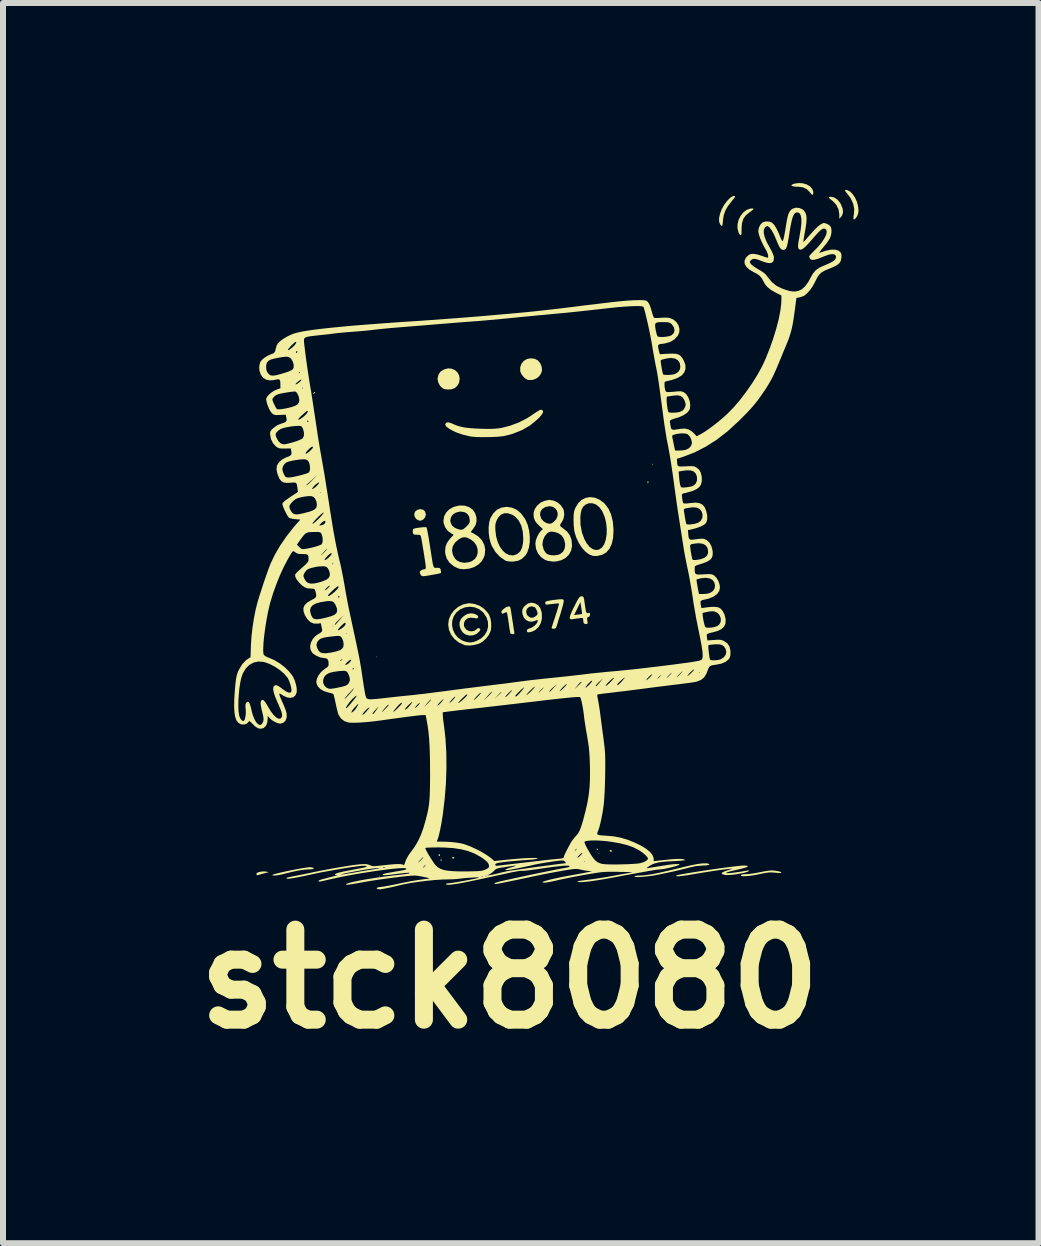
<source format=kicad_pcb>
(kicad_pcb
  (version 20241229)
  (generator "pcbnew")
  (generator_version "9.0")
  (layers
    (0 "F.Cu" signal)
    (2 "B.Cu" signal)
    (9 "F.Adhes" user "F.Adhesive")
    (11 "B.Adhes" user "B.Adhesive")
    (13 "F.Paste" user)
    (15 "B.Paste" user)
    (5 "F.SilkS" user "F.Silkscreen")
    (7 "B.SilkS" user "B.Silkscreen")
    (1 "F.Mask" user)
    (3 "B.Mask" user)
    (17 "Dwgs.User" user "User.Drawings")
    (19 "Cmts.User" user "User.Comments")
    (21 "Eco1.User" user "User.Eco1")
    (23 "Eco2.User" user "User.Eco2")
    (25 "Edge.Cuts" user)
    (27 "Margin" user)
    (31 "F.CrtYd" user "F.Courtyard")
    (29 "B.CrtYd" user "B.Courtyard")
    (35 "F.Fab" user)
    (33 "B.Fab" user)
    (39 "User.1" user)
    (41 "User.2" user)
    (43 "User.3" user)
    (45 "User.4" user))
  (footprint "stck8080"
    (layer "F.Cu")
    (at 6.103 5.898)
    (property "Reference" "stck8080" (at -0.66 7.366 0) (layer "F.SilkS") (effects (font (size 1.5 1.5) (thickness 0.3))))
    (attr board_only exclude_from_pos_files exclude_from_bom)
    (fp_poly (pts (xy -2.866 1.999) (xy -2.873 2.005) (xy -2.879 1.999) (xy -2.873 1.992)) (stroke (width 0) (type solid)) (fill yes) (layer "F.SilkS"))
    (fp_poly (pts (xy 0.836 5.277) (xy 0.829 5.283) (xy 0.823 5.277) (xy 0.829 5.27)) (stroke (width 0) (type solid)) (fill yes) (layer "F.SilkS"))
    (fp_poly (pts (xy -2.819 5.647) (xy -2.821 5.655) (xy -2.828 5.656) (xy -2.839 5.651) (xy -2.837 5.647) (xy -2.821 5.646)) (stroke (width 0) (type solid)) (fill yes) (layer "F.SilkS"))
    (fp_poly (pts (xy 1.731 -1.217) (xy 1.729 -1.209) (xy 1.722 -1.208) (xy 1.712 -1.213) (xy 1.714 -1.217) (xy 1.729 -1.218)) (stroke (width 0) (type solid)) (fill yes) (layer "F.SilkS"))
    (fp_poly (pts (xy -3.9 -2.413) (xy -3.904 -2.402) (xy -3.914 -2.391) (xy -3.93 -2.383) (xy -3.933 -2.389) (xy -3.925 -2.405) (xy -3.909 -2.415)) (stroke (width 0) (type solid)) (fill yes) (layer "F.SilkS"))
    (fp_poly (pts (xy -1.822 5.291) (xy -1.82 5.295) (xy -1.821 5.312) (xy -1.824 5.315) (xy -1.841 5.313) (xy -1.844 5.31) (xy -1.843 5.293) (xy -1.839 5.29)) (stroke (width 0) (type solid)) (fill yes) (layer "F.SilkS"))
    (fp_poly (pts (xy -1.791 5.381) (xy -1.793 5.386) (xy -1.805 5.398) (xy -1.807 5.399) (xy -1.812 5.389) (xy -1.812 5.386) (xy -1.803 5.374) (xy -1.799 5.373)) (stroke (width 0) (type solid)) (fill yes) (layer "F.SilkS"))
    (fp_poly (pts (xy -1.583 5.341) (xy -1.581 5.347) (xy -1.591 5.359) (xy -1.6 5.36) (xy -1.617 5.353) (xy -1.62 5.347) (xy -1.609 5.336) (xy -1.6 5.335)) (stroke (width 0) (type solid)) (fill yes) (layer "F.SilkS"))
    (fp_poly (pts (xy 0.809 5.202) (xy 0.81 5.206) (xy 0.805 5.218) (xy 0.804 5.219) (xy 0.793 5.21) (xy 0.791 5.206) (xy 0.792 5.194) (xy 0.796 5.193)) (stroke (width 0) (type solid)) (fill yes) (layer "F.SilkS"))
    (fp_poly (pts (xy 1.043 5.227) (xy 1.048 5.232) (xy 1.044 5.242) (xy 1.029 5.245) (xy 1.008 5.239) (xy 1.003 5.232) (xy 1.013 5.22) (xy 1.021 5.219)) (stroke (width 0) (type solid)) (fill yes) (layer "F.SilkS"))
    (fp_poly (pts (xy 1.658 -0.916) (xy 1.658 -0.913) (xy 1.648 -0.9) (xy 1.645 -0.9) (xy 1.633 -0.91) (xy 1.632 -0.913) (xy 1.642 -0.925) (xy 1.645 -0.926)) (stroke (width 0) (type solid)) (fill yes) (layer "F.SilkS"))
    (fp_poly (pts (xy -4.718 5.577) (xy -4.673 5.586) (xy -4.75 5.606) (xy -4.794 5.618) (xy -4.831 5.629) (xy -4.848 5.636) (xy -4.87 5.636) (xy -4.878 5.63) (xy -4.879 5.609) (xy -4.875 5.602) (xy -4.848 5.588) (xy -4.805 5.578) (xy -4.758 5.574)) (stroke (width 0) (type solid)) (fill yes) (layer "F.SilkS"))
    (fp_poly (pts (xy -2.1 -0.453) (xy -2.069 -0.424) (xy -2.057 -0.377) (xy -2.057 -0.369) (xy -2.068 -0.33) (xy -2.095 -0.295) (xy -2.132 -0.274) (xy -2.153 -0.27) (xy -2.185 -0.279) (xy -2.217 -0.3) (xy -2.218 -0.301) (xy -2.245 -0.343) (xy -2.25 -0.385) (xy -2.234 -0.423) (xy -2.201 -0.451) (xy -2.153 -0.463) (xy -2.147 -0.463)) (stroke (width 0) (type solid)) (fill yes) (layer "F.SilkS"))
    (fp_poly (pts (xy 4.752 -5.656) (xy 4.805 -5.62) (xy 4.85 -5.563) (xy 4.862 -5.541) (xy 4.89 -5.469) (xy 4.896 -5.408) (xy 4.879 -5.357) (xy 4.866 -5.338) (xy 4.834 -5.302) (xy 4.834 -5.374) (xy 4.821 -5.458) (xy 4.785 -5.533) (xy 4.727 -5.595) (xy 4.718 -5.603) (xy 4.678 -5.634) (xy 4.66 -5.654) (xy 4.661 -5.664) (xy 4.682 -5.668) (xy 4.695 -5.669)) (stroke (width 0) (type solid)) (fill yes) (layer "F.SilkS"))
    (fp_poly (pts (xy -0.245 -2.97) (xy -0.19 -2.942) (xy -0.149 -2.894) (xy -0.127 -2.839) (xy -0.12 -2.779) (xy -0.136 -2.723) (xy -0.17 -2.675) (xy -0.218 -2.638) (xy -0.276 -2.617) (xy -0.341 -2.615) (xy -0.357 -2.618) (xy -0.394 -2.636) (xy -0.431 -2.67) (xy -0.463 -2.712) (xy -0.482 -2.754) (xy -0.483 -2.758) (xy -0.484 -2.826) (xy -0.464 -2.885) (xy -0.426 -2.932) (xy -0.374 -2.964) (xy -0.312 -2.977)) (stroke (width 0) (type solid)) (fill yes) (layer "F.SilkS"))
    (fp_poly (pts (xy 4.227 -5.893) (xy 4.291 -5.874) (xy 4.344 -5.843) (xy 4.382 -5.802) (xy 4.4 -5.754) (xy 4.401 -5.745) (xy 4.398 -5.711) (xy 4.386 -5.701) (xy 4.365 -5.715) (xy 4.342 -5.745) (xy 4.293 -5.795) (xy 4.232 -5.825) (xy 4.155 -5.836) (xy 4.148 -5.836) (xy 4.091 -5.838) (xy 4.053 -5.846) (xy 4.036 -5.856) (xy 4.042 -5.869) (xy 4.071 -5.883) (xy 4.084 -5.887) (xy 4.157 -5.898)) (stroke (width 0) (type solid)) (fill yes) (layer "F.SilkS"))
    (fp_poly (pts (xy -1.626 -2.804) (xy -1.572 -2.781) (xy -1.53 -2.743) (xy -1.502 -2.693) (xy -1.492 -2.635) (xy -1.503 -2.571) (xy -1.512 -2.551) (xy -1.538 -2.513) (xy -1.572 -2.483) (xy -1.574 -2.481) (xy -1.624 -2.462) (xy -1.683 -2.456) (xy -1.74 -2.462) (xy -1.776 -2.477) (xy -1.818 -2.516) (xy -1.848 -2.57) (xy -1.861 -2.627) (xy -1.86 -2.65) (xy -1.842 -2.712) (xy -1.807 -2.759) (xy -1.753 -2.792) (xy -1.687 -2.809)) (stroke (width 0) (type solid)) (fill yes) (layer "F.SilkS"))
    (fp_poly (pts (xy 4.967 -5.78) (xy 5.014 -5.756) (xy 5.058 -5.711) (xy 5.097 -5.652) (xy 5.128 -5.584) (xy 5.147 -5.511) (xy 5.154 -5.44) (xy 5.15 -5.397) (xy 5.139 -5.363) (xy 5.121 -5.33) (xy 5.101 -5.304) (xy 5.083 -5.291) (xy 5.072 -5.294) (xy 5.069 -5.314) (xy 5.072 -5.35) (xy 5.077 -5.378) (xy 5.083 -5.467) (xy 5.064 -5.558) (xy 5.022 -5.646) (xy 4.966 -5.721) (xy 4.937 -5.756) (xy 4.929 -5.777) (xy 4.941 -5.784)) (stroke (width 0) (type solid)) (fill yes) (layer "F.SilkS"))
    (fp_poly (pts (xy 3.404 -5.468) (xy 3.394 -5.452) (xy 3.361 -5.426) (xy 3.336 -5.408) (xy 3.275 -5.358) (xy 3.234 -5.3) (xy 3.212 -5.228) (xy 3.206 -5.155) (xy 3.205 -5.106) (xy 3.204 -5.066) (xy 3.203 -5.043) (xy 3.203 -5.042) (xy 3.195 -5.027) (xy 3.18 -5.033) (xy 3.162 -5.06) (xy 3.157 -5.07) (xy 3.138 -5.137) (xy 3.138 -5.21) (xy 3.155 -5.282) (xy 3.188 -5.35) (xy 3.233 -5.407) (xy 3.287 -5.449) (xy 3.35 -5.472) (xy 3.355 -5.472) (xy 3.391 -5.475)) (stroke (width 0) (type solid)) (fill yes) (layer "F.SilkS"))
    (fp_poly (pts (xy -3.94 5.511) (xy -3.922 5.52) (xy -3.928 5.53) (xy -3.956 5.538) (xy -3.993 5.54) (xy -4.075 5.545) (xy -4.175 5.559) (xy -4.287 5.582) (xy -4.398 5.61) (xy -4.467 5.627) (xy -4.527 5.638) (xy -4.574 5.643) (xy -4.605 5.641) (xy -4.615 5.633) (xy -4.603 5.626) (xy -4.569 5.616) (xy -4.519 5.603) (xy -4.456 5.588) (xy -4.384 5.572) (xy -4.307 5.556) (xy -4.229 5.541) (xy -4.155 5.527) (xy -4.088 5.516) (xy -4.034 5.508) (xy -3.995 5.504) (xy -3.981 5.504)) (stroke (width 0) (type solid)) (fill yes) (layer "F.SilkS"))
    (fp_poly (pts (xy 3.092 -5.681) (xy 3.098 -5.676) (xy 3.093 -5.663) (xy 3.075 -5.638) (xy 3.042 -5.598) (xy 3.035 -5.588) (xy 2.975 -5.509) (xy 2.934 -5.437) (xy 2.909 -5.364) (xy 2.896 -5.286) (xy 2.895 -5.273) (xy 2.891 -5.228) (xy 2.885 -5.195) (xy 2.879 -5.18) (xy 2.878 -5.18) (xy 2.864 -5.19) (xy 2.846 -5.213) (xy 2.83 -5.258) (xy 2.831 -5.317) (xy 2.846 -5.385) (xy 2.873 -5.458) (xy 2.912 -5.53) (xy 2.961 -5.596) (xy 2.982 -5.619) (xy 3.024 -5.658) (xy 3.057 -5.678) (xy 3.076 -5.682)) (stroke (width 0) (type solid)) (fill yes) (layer "F.SilkS"))
    (fp_poly (pts (xy 3.757 5.561) (xy 3.808 5.569) (xy 3.827 5.573) (xy 3.86 5.583) (xy 3.87 5.592) (xy 3.858 5.599) (xy 3.828 5.601) (xy 3.802 5.599) (xy 3.725 5.592) (xy 3.657 5.592) (xy 3.588 5.602) (xy 3.513 5.618) (xy 3.445 5.632) (xy 3.376 5.643) (xy 3.312 5.651) (xy 3.258 5.654) (xy 3.217 5.653) (xy 3.197 5.647) (xy 3.196 5.646) (xy 3.197 5.633) (xy 3.222 5.624) (xy 3.27 5.619) (xy 3.3 5.619) (xy 3.339 5.616) (xy 3.395 5.608) (xy 3.461 5.597) (xy 3.529 5.584) (xy 3.605 5.569) (xy 3.663 5.561) (xy 3.712 5.558)) (stroke (width 0) (type solid)) (fill yes) (layer "F.SilkS"))
    (fp_poly (pts (xy -0.657 1.162) (xy -0.649 1.173) (xy -0.645 1.191) (xy -0.638 1.229) (xy -0.63 1.283) (xy -0.62 1.346) (xy -0.618 1.363) (xy -0.607 1.43) (xy -0.598 1.492) (xy -0.59 1.543) (xy -0.584 1.575) (xy -0.584 1.578) (xy -0.58 1.606) (xy -0.587 1.618) (xy -0.609 1.62) (xy -0.637 1.614) (xy -0.649 1.604) (xy -0.653 1.585) (xy -0.659 1.547) (xy -0.667 1.495) (xy -0.674 1.446) (xy -0.685 1.37) (xy -0.694 1.316) (xy -0.7 1.281) (xy -0.707 1.262) (xy -0.715 1.254) (xy -0.725 1.256) (xy -0.739 1.263) (xy -0.745 1.266) (xy -0.772 1.278) (xy -0.786 1.276) (xy -0.795 1.263) (xy -0.799 1.245) (xy -0.787 1.226) (xy -0.758 1.198) (xy -0.717 1.17) (xy -0.681 1.158)) (stroke (width 0) (type solid)) (fill yes) (layer "F.SilkS"))
    (fp_poly (pts (xy -1.264 1.278) (xy -1.224 1.291) (xy -1.194 1.31) (xy -1.183 1.33) (xy -1.19 1.351) (xy -1.214 1.358) (xy -1.257 1.35) (xy -1.26 1.35) (xy -1.317 1.345) (xy -1.365 1.359) (xy -1.401 1.39) (xy -1.421 1.432) (xy -1.421 1.482) (xy -1.413 1.505) (xy -1.385 1.543) (xy -1.343 1.566) (xy -1.294 1.574) (xy -1.247 1.564) (xy -1.208 1.536) (xy -1.208 1.535) (xy -1.189 1.519) (xy -1.169 1.522) (xy -1.158 1.528) (xy -1.148 1.54) (xy -1.154 1.558) (xy -1.161 1.569) (xy -1.207 1.614) (xy -1.266 1.639) (xy -1.33 1.644) (xy -1.395 1.626) (xy -1.398 1.624) (xy -1.444 1.589) (xy -1.476 1.539) (xy -1.494 1.482) (xy -1.494 1.424) (xy -1.474 1.372) (xy -1.47 1.365) (xy -1.421 1.316) (xy -1.365 1.284) (xy -1.309 1.273)) (stroke (width 0) (type solid)) (fill yes) (layer "F.SilkS"))
    (fp_poly (pts (xy 2.641 5.442) (xy 2.666 5.452) (xy 2.668 5.461) (xy 2.649 5.469) (xy 2.611 5.474) (xy 2.56 5.476) (xy 2.443 5.486) (xy 2.339 5.509) (xy 2.266 5.528) (xy 2.188 5.547) (xy 2.101 5.568) (xy 2 5.59) (xy 1.88 5.615) (xy 1.832 5.626) (xy 1.762 5.639) (xy 1.69 5.65) (xy 1.618 5.658) (xy 1.552 5.665) (xy 1.495 5.668) (xy 1.451 5.668) (xy 1.425 5.665) (xy 1.419 5.658) (xy 1.436 5.649) (xy 1.472 5.644) (xy 1.501 5.643) (xy 1.549 5.641) (xy 1.611 5.635) (xy 1.675 5.626) (xy 1.69 5.624) (xy 1.728 5.617) (xy 1.766 5.61) (xy 1.806 5.602) (xy 1.853 5.592) (xy 1.909 5.579) (xy 1.978 5.563) (xy 2.063 5.543) (xy 2.168 5.518) (xy 2.256 5.496) (xy 2.379 5.468) (xy 2.48 5.449) (xy 2.558 5.44) (xy 2.616 5.439)) (stroke (width 0) (type solid)) (fill yes) (layer "F.SilkS"))
    (fp_poly (pts (xy 0.232 1.042) (xy 0.24 1.054) (xy 0.242 1.063) (xy 0.24 1.086) (xy 0.231 1.127) (xy 0.216 1.182) (xy 0.198 1.244) (xy 0.195 1.256) (xy 0.174 1.323) (xy 0.154 1.385) (xy 0.139 1.438) (xy 0.128 1.473) (xy 0.127 1.475) (xy 0.115 1.51) (xy 0.101 1.525) (xy 0.078 1.53) (xy 0.075 1.53) (xy 0.049 1.527) (xy 0.039 1.52) (xy 0.042 1.505) (xy 0.053 1.47) (xy 0.069 1.42) (xy 0.09 1.358) (xy 0.104 1.314) (xy 0.126 1.247) (xy 0.144 1.189) (xy 0.156 1.144) (xy 0.163 1.116) (xy 0.163 1.11) (xy 0.148 1.108) (xy 0.114 1.11) (xy 0.067 1.115) (xy 0.05 1.117) (xy 0.001 1.123) (xy -0.036 1.127) (xy -0.057 1.128) (xy -0.059 1.128) (xy -0.063 1.114) (xy -0.066 1.099) (xy -0.066 1.085) (xy -0.055 1.075) (xy -0.028 1.067) (xy 0.018 1.059) (xy 0.019 1.058) (xy 0.077 1.05) (xy 0.134 1.043) (xy 0.174 1.039) (xy 0.212 1.038)) (stroke (width 0) (type solid)) (fill yes) (layer "F.SilkS"))
    (fp_poly (pts (xy -0.13 -2.119) (xy -0.124 -2.117) (xy -0.104 -2.101) (xy -0.104 -2.076) (xy -0.124 -2.04) (xy -0.164 -1.992) (xy -0.203 -1.954) (xy -0.318 -1.859) (xy -0.453 -1.781) (xy -0.606 -1.72) (xy -0.668 -1.702) (xy -0.721 -1.689) (xy -0.769 -1.679) (xy -0.821 -1.673) (xy -0.883 -1.668) (xy -0.96 -1.665) (xy -1.009 -1.664) (xy -1.123 -1.663) (xy -1.215 -1.665) (xy -1.286 -1.671) (xy -1.32 -1.676) (xy -1.445 -1.706) (xy -1.554 -1.744) (xy -1.622 -1.777) (xy -1.683 -1.813) (xy -1.719 -1.843) (xy -1.733 -1.871) (xy -1.731 -1.883) (xy -1.714 -1.905) (xy -1.684 -1.91) (xy -1.639 -1.898) (xy -1.609 -1.885) (xy -1.548 -1.859) (xy -1.486 -1.84) (xy -1.418 -1.825) (xy -1.339 -1.815) (xy -1.244 -1.808) (xy -1.138 -1.803) (xy -1.042 -1.801) (xy -0.967 -1.801) (xy -0.905 -1.804) (xy -0.851 -1.809) (xy -0.799 -1.817) (xy -0.791 -1.818) (xy -0.65 -1.854) (xy -0.509 -1.907) (xy -0.377 -1.974) (xy -0.315 -2.013) (xy -0.252 -2.056) (xy -0.206 -2.086) (xy -0.175 -2.105) (xy -0.154 -2.116) (xy -0.141 -2.12)) (stroke (width 0) (type solid)) (fill yes) (layer "F.SilkS"))
    (fp_poly (pts (xy -0.25 1.103) (xy -0.239 1.107) (xy -0.185 1.138) (xy -0.147 1.19) (xy -0.125 1.26) (xy -0.124 1.271) (xy -0.122 1.357) (xy -0.14 1.435) (xy -0.177 1.501) (xy -0.23 1.55) (xy -0.235 1.553) (xy -0.275 1.573) (xy -0.315 1.586) (xy -0.348 1.59) (xy -0.364 1.586) (xy -0.375 1.562) (xy -0.363 1.54) (xy -0.332 1.525) (xy -0.325 1.524) (xy -0.286 1.508) (xy -0.246 1.481) (xy -0.214 1.448) (xy -0.195 1.415) (xy -0.193 1.403) (xy -0.195 1.386) (xy -0.206 1.385) (xy -0.228 1.395) (xy -0.286 1.413) (xy -0.341 1.408) (xy -0.389 1.383) (xy -0.425 1.341) (xy -0.446 1.285) (xy -0.449 1.261) (xy -0.384 1.261) (xy -0.368 1.302) (xy -0.354 1.318) (xy -0.313 1.345) (xy -0.27 1.346) (xy -0.225 1.321) (xy -0.223 1.319) (xy -0.201 1.298) (xy -0.194 1.28) (xy -0.199 1.252) (xy -0.204 1.236) (xy -0.219 1.2) (xy -0.238 1.174) (xy -0.244 1.17) (xy -0.29 1.157) (xy -0.33 1.164) (xy -0.362 1.187) (xy -0.381 1.221) (xy -0.384 1.261) (xy -0.449 1.261) (xy -0.45 1.249) (xy -0.446 1.208) (xy -0.431 1.177) (xy -0.407 1.15) (xy -0.357 1.111) (xy -0.306 1.096)) (stroke (width 0) (type solid)) (fill yes) (layer "F.SilkS"))
    (fp_poly (pts (xy -1.238 1.118) (xy -1.153 1.151) (xy -1.079 1.204) (xy -1.019 1.271) (xy -1 1.304) (xy -0.979 1.362) (xy -0.968 1.433) (xy -0.967 1.506) (xy -0.975 1.563) (xy -1.005 1.63) (xy -1.053 1.694) (xy -1.114 1.748) (xy -1.142 1.765) (xy -1.198 1.788) (xy -1.265 1.803) (xy -1.333 1.81) (xy -1.392 1.806) (xy -1.414 1.801) (xy -1.505 1.76) (xy -1.579 1.702) (xy -1.635 1.63) (xy -1.671 1.548) (xy -1.682 1.47) (xy -1.62 1.47) (xy -1.605 1.545) (xy -1.573 1.615) (xy -1.524 1.675) (xy -1.46 1.721) (xy -1.402 1.744) (xy -1.347 1.756) (xy -1.305 1.758) (xy -1.261 1.75) (xy -1.216 1.735) (xy -1.138 1.693) (xy -1.078 1.637) (xy -1.038 1.57) (xy -1.019 1.496) (xy -1.021 1.419) (xy -1.045 1.341) (xy -1.093 1.268) (xy -1.104 1.255) (xy -1.168 1.204) (xy -1.242 1.173) (xy -1.322 1.163) (xy -1.402 1.173) (xy -1.478 1.203) (xy -1.543 1.253) (xy -1.545 1.255) (xy -1.591 1.321) (xy -1.616 1.394) (xy -1.62 1.47) (xy -1.682 1.47) (xy -1.684 1.459) (xy -1.684 1.457) (xy -1.672 1.372) (xy -1.638 1.292) (xy -1.585 1.223) (xy -1.518 1.166) (xy -1.44 1.126) (xy -1.355 1.107) (xy -1.327 1.105)) (stroke (width 0) (type solid)) (fill yes) (layer "F.SilkS"))
    (fp_poly (pts (xy -0.621 -0.488) (xy -0.541 -0.452) (xy -0.47 -0.392) (xy -0.409 -0.31) (xy -0.395 -0.286) (xy -0.359 -0.201) (xy -0.335 -0.105) (xy -0.324 -0.006) (xy -0.325 0.091) (xy -0.34 0.182) (xy -0.367 0.26) (xy -0.397 0.309) (xy -0.454 0.364) (xy -0.519 0.397) (xy -0.598 0.41) (xy -0.617 0.411) (xy -0.665 0.409) (xy -0.705 0.403) (xy -0.726 0.397) (xy -0.822 0.331) (xy -0.898 0.249) (xy -0.957 0.149) (xy -0.979 0.092) (xy -0.999 0.013) (xy -1.009 -0.075) (xy -1.01 -0.164) (xy -1.008 -0.176) (xy -0.899 -0.176) (xy -0.898 -0.123) (xy -0.897 -0.105) (xy -0.884 -0.005) (xy -0.859 0.085) (xy -0.822 0.163) (xy -0.777 0.226) (xy -0.726 0.273) (xy -0.669 0.301) (xy -0.61 0.309) (xy -0.55 0.293) (xy -0.529 0.282) (xy -0.484 0.241) (xy -0.453 0.179) (xy -0.436 0.097) (xy -0.433 0.026) (xy -0.441 -0.089) (xy -0.466 -0.188) (xy -0.507 -0.271) (xy -0.564 -0.335) (xy -0.617 -0.37) (xy -0.687 -0.394) (xy -0.75 -0.395) (xy -0.805 -0.371) (xy -0.85 -0.324) (xy -0.871 -0.286) (xy -0.887 -0.248) (xy -0.896 -0.214) (xy -0.899 -0.176) (xy -1.008 -0.176) (xy -1 -0.245) (xy -0.981 -0.312) (xy -0.979 -0.315) (xy -0.931 -0.395) (xy -0.872 -0.453) (xy -0.799 -0.488) (xy -0.714 -0.501) (xy -0.707 -0.501)) (stroke (width 0) (type solid)) (fill yes) (layer "F.SilkS"))
    (fp_poly (pts (xy 0.556 0.991) (xy 0.567 0.997) (xy 0.575 1.014) (xy 0.582 1.045) (xy 0.589 1.097) (xy 0.59 1.102) (xy 0.6 1.172) (xy 0.608 1.219) (xy 0.615 1.249) (xy 0.623 1.264) (xy 0.633 1.269) (xy 0.647 1.268) (xy 0.651 1.267) (xy 0.673 1.265) (xy 0.681 1.279) (xy 0.681 1.293) (xy 0.673 1.322) (xy 0.654 1.334) (xy 0.637 1.341) (xy 0.631 1.357) (xy 0.634 1.389) (xy 0.635 1.397) (xy 0.638 1.431) (xy 0.635 1.448) (xy 0.621 1.452) (xy 0.612 1.453) (xy 0.585 1.445) (xy 0.573 1.432) (xy 0.567 1.404) (xy 0.566 1.379) (xy 0.564 1.36) (xy 0.556 1.352) (xy 0.534 1.351) (xy 0.498 1.355) (xy 0.45 1.361) (xy 0.406 1.368) (xy 0.39 1.371) (xy 0.362 1.372) (xy 0.346 1.364) (xy 0.341 1.344) (xy 0.349 1.31) (xy 0.352 1.301) (xy 0.415 1.301) (xy 0.479 1.294) (xy 0.517 1.289) (xy 0.541 1.284) (xy 0.547 1.283) (xy 0.546 1.269) (xy 0.543 1.237) (xy 0.536 1.192) (xy 0.535 1.183) (xy 0.519 1.086) (xy 0.467 1.194) (xy 0.415 1.301) (xy 0.352 1.301) (xy 0.369 1.259) (xy 0.402 1.188) (xy 0.418 1.158) (xy 0.451 1.092) (xy 0.476 1.046) (xy 0.494 1.016) (xy 0.509 0.999) (xy 0.523 0.992) (xy 0.537 0.99) (xy 0.539 0.99)) (stroke (width 0) (type solid)) (fill yes) (layer "F.SilkS"))
    (fp_poly (pts (xy 0.76 -0.654) (xy 0.837 -0.621) (xy 0.912 -0.566) (xy 0.924 -0.554) (xy 0.985 -0.475) (xy 1.03 -0.377) (xy 1.059 -0.261) (xy 1.071 -0.127) (xy 1.071 -0.104) (xy 1.064 0.017) (xy 1.041 0.118) (xy 1.003 0.198) (xy 0.95 0.259) (xy 0.881 0.298) (xy 0.797 0.317) (xy 0.791 0.318) (xy 0.732 0.316) (xy 0.679 0.298) (xy 0.671 0.295) (xy 0.608 0.25) (xy 0.548 0.185) (xy 0.495 0.104) (xy 0.451 0.012) (xy 0.423 -0.077) (xy 0.415 -0.121) (xy 0.409 -0.181) (xy 0.406 -0.248) (xy 0.405 -0.283) (xy 0.406 -0.329) (xy 0.518 -0.329) (xy 0.521 -0.2) (xy 0.546 -0.072) (xy 0.585 0.036) (xy 0.627 0.111) (xy 0.675 0.168) (xy 0.727 0.204) (xy 0.779 0.218) (xy 0.829 0.211) (xy 0.876 0.179) (xy 0.88 0.175) (xy 0.918 0.118) (xy 0.943 0.043) (xy 0.957 -0.044) (xy 0.958 -0.139) (xy 0.948 -0.236) (xy 0.925 -0.33) (xy 0.889 -0.417) (xy 0.882 -0.431) (xy 0.836 -0.495) (xy 0.782 -0.539) (xy 0.723 -0.561) (xy 0.663 -0.562) (xy 0.608 -0.54) (xy 0.569 -0.508) (xy 0.542 -0.463) (xy 0.526 -0.402) (xy 0.518 -0.329) (xy 0.406 -0.329) (xy 0.406 -0.349) (xy 0.41 -0.398) (xy 0.417 -0.436) (xy 0.43 -0.471) (xy 0.436 -0.485) (xy 0.482 -0.562) (xy 0.54 -0.617) (xy 0.608 -0.652) (xy 0.682 -0.664)) (stroke (width 0) (type solid)) (fill yes) (layer "F.SilkS"))
    (fp_poly (pts (xy -2.049 -0.162) (xy -2.045 -0.16) (xy -2.04 -0.144) (xy -2.032 -0.107) (xy -2.021 -0.051) (xy -2.009 0.018) (xy -1.996 0.099) (xy -1.987 0.154) (xy -1.971 0.26) (xy -1.958 0.342) (xy -1.948 0.405) (xy -1.94 0.451) (xy -1.932 0.482) (xy -1.924 0.501) (xy -1.916 0.511) (xy -1.905 0.515) (xy -1.892 0.515) (xy -1.876 0.514) (xy -1.872 0.514) (xy -1.836 0.516) (xy -1.819 0.524) (xy -1.81 0.543) (xy -1.808 0.555) (xy -1.804 0.584) (xy -1.805 0.601) (xy -1.805 0.601) (xy -1.82 0.606) (xy -1.854 0.614) (xy -1.901 0.623) (xy -1.954 0.633) (xy -2.008 0.642) (xy -2.056 0.65) (xy -2.092 0.654) (xy -2.105 0.655) (xy -2.134 0.644) (xy -2.147 0.623) (xy -2.157 0.595) (xy -2.157 0.58) (xy -2.146 0.566) (xy -2.139 0.56) (xy -2.111 0.544) (xy -2.088 0.54) (xy -2.064 0.535) (xy -2.057 0.514) (xy -2.057 0.507) (xy -2.059 0.482) (xy -2.064 0.439) (xy -2.073 0.38) (xy -2.083 0.312) (xy -2.095 0.239) (xy -2.107 0.167) (xy -2.118 0.1) (xy -2.128 0.044) (xy -2.136 0.003) (xy -2.141 -0.017) (xy -2.156 -0.033) (xy -2.187 -0.037) (xy -2.197 -0.037) (xy -2.233 -0.037) (xy -2.258 -0.042) (xy -2.26 -0.043) (xy -2.271 -0.062) (xy -2.275 -0.092) (xy -2.272 -0.121) (xy -2.264 -0.134) (xy -2.241 -0.142) (xy -2.204 -0.15) (xy -2.158 -0.156) (xy -2.112 -0.161) (xy -2.073 -0.163)) (stroke (width 0) (type solid)) (fill yes) (layer "F.SilkS"))
    (fp_poly (pts (xy 3.282 5.478) (xy 3.305 5.484) (xy 3.309 5.487) (xy 3.306 5.495) (xy 3.288 5.504) (xy 3.251 5.516) (xy 3.194 5.531) (xy 3.114 5.55) (xy 3.099 5.553) (xy 3.025 5.571) (xy 2.976 5.585) (xy 2.951 5.595) (xy 2.95 5.602) (xy 2.974 5.604) (xy 3.02 5.601) (xy 3.09 5.593) (xy 3.143 5.585) (xy 3.201 5.577) (xy 3.251 5.568) (xy 3.288 5.562) (xy 3.3 5.559) (xy 3.323 5.558) (xy 3.329 5.564) (xy 3.317 5.575) (xy 3.285 5.587) (xy 3.237 5.6) (xy 3.179 5.611) (xy 3.117 5.622) (xy 3.054 5.63) (xy 2.997 5.634) (xy 2.951 5.635) (xy 2.93 5.633) (xy 2.889 5.622) (xy 2.873 5.609) (xy 2.882 5.593) (xy 2.916 5.575) (xy 2.969 5.557) (xy 3.011 5.544) (xy 3.039 5.534) (xy 3.047 5.529) (xy 3.045 5.528) (xy 3.019 5.53) (xy 2.972 5.535) (xy 2.908 5.543) (xy 2.832 5.553) (xy 2.747 5.565) (xy 2.657 5.579) (xy 2.568 5.593) (xy 2.482 5.607) (xy 2.423 5.617) (xy 2.312 5.636) (xy 2.226 5.648) (xy 2.163 5.655) (xy 2.126 5.655) (xy 2.112 5.649) (xy 2.115 5.643) (xy 2.132 5.637) (xy 2.171 5.628) (xy 2.229 5.617) (xy 2.303 5.604) (xy 2.39 5.59) (xy 2.486 5.575) (xy 2.589 5.559) (xy 2.694 5.543) (xy 2.799 5.528) (xy 2.901 5.514) (xy 2.997 5.502) (xy 3.082 5.491) (xy 3.154 5.483) (xy 3.211 5.478) (xy 3.247 5.476)) (stroke (width 0) (type solid)) (fill yes) (layer "F.SilkS"))
    (fp_poly (pts (xy -1.406 -0.521) (xy -1.334 -0.497) (xy -1.276 -0.455) (xy -1.235 -0.396) (xy -1.214 -0.328) (xy -1.211 -0.262) (xy -1.225 -0.204) (xy -1.26 -0.146) (xy -1.266 -0.138) (xy -1.309 -0.081) (xy -1.264 -0.059) (xy -1.183 -0.009) (xy -1.122 0.055) (xy -1.083 0.129) (xy -1.067 0.21) (xy -1.075 0.297) (xy -1.087 0.336) (xy -1.124 0.404) (xy -1.18 0.46) (xy -1.252 0.503) (xy -1.335 0.529) (xy -1.425 0.538) (xy -1.493 0.532) (xy -1.522 0.522) (xy -1.563 0.503) (xy -1.596 0.485) (xy -1.661 0.431) (xy -1.707 0.363) (xy -1.732 0.283) (xy -1.735 0.235) (xy -1.734 0.22) (xy -1.62 0.22) (xy -1.608 0.289) (xy -1.595 0.32) (xy -1.568 0.364) (xy -1.537 0.393) (xy -1.492 0.415) (xy -1.482 0.419) (xy -1.416 0.431) (xy -1.343 0.422) (xy -1.289 0.403) (xy -1.238 0.366) (xy -1.206 0.317) (xy -1.191 0.259) (xy -1.195 0.197) (xy -1.216 0.137) (xy -1.254 0.084) (xy -1.304 0.045) (xy -1.362 0.015) (xy -1.41 0.004) (xy -1.454 0.011) (xy -1.502 0.036) (xy -1.509 0.041) (xy -1.57 0.094) (xy -1.607 0.155) (xy -1.62 0.22) (xy -1.734 0.22) (xy -1.729 0.164) (xy -1.706 0.103) (xy -1.665 0.043) (xy -1.646 0.021) (xy -1.592 -0.037) (xy -1.622 -0.052) (xy -1.688 -0.098) (xy -1.734 -0.159) (xy -1.759 -0.228) (xy -1.763 -0.271) (xy -1.763 -0.273) (xy -1.649 -0.273) (xy -1.643 -0.238) (xy -1.619 -0.189) (xy -1.575 -0.153) (xy -1.535 -0.135) (xy -1.49 -0.121) (xy -1.456 -0.12) (xy -1.426 -0.133) (xy -1.39 -0.164) (xy -1.382 -0.171) (xy -1.349 -0.206) (xy -1.331 -0.234) (xy -1.324 -0.262) (xy -1.324 -0.275) (xy -1.334 -0.338) (xy -1.364 -0.384) (xy -1.411 -0.413) (xy -1.473 -0.423) (xy -1.497 -0.421) (xy -1.56 -0.404) (xy -1.609 -0.371) (xy -1.639 -0.326) (xy -1.649 -0.273) (xy -1.763 -0.273) (xy -1.751 -0.345) (xy -1.716 -0.41) (xy -1.662 -0.463) (xy -1.591 -0.501) (xy -1.506 -0.522) (xy -1.489 -0.524)) (stroke (width 0) (type solid)) (fill yes) (layer "F.SilkS"))
    (fp_poly (pts (xy 0.075 -0.605) (xy 0.14 -0.574) (xy 0.194 -0.527) (xy 0.233 -0.469) (xy 0.243 -0.441) (xy 0.25 -0.372) (xy 0.237 -0.301) (xy 0.207 -0.243) (xy 0.186 -0.212) (xy 0.181 -0.191) (xy 0.193 -0.171) (xy 0.225 -0.147) (xy 0.237 -0.139) (xy 0.301 -0.086) (xy 0.344 -0.026) (xy 0.371 0.048) (xy 0.373 0.059) (xy 0.38 0.148) (xy 0.365 0.228) (xy 0.328 0.296) (xy 0.273 0.35) (xy 0.201 0.388) (xy 0.114 0.409) (xy 0.065 0.411) (xy -0.024 0.399) (xy -0.072 0.381) (xy -0.137 0.336) (xy -0.188 0.274) (xy -0.22 0.199) (xy -0.23 0.122) (xy -0.113 0.122) (xy -0.111 0.143) (xy -0.091 0.214) (xy -0.058 0.266) (xy -0.029 0.288) (xy 0.019 0.303) (xy 0.078 0.307) (xy 0.137 0.3) (xy 0.18 0.286) (xy 0.228 0.248) (xy 0.257 0.195) (xy 0.266 0.13) (xy 0.265 0.112) (xy 0.246 0.036) (xy 0.209 -0.022) (xy 0.153 -0.062) (xy 0.079 -0.084) (xy 0.067 -0.086) (xy 0.026 -0.088) (xy -0.002 -0.082) (xy -0.031 -0.063) (xy -0.035 -0.059) (xy -0.077 -0.008) (xy -0.104 0.055) (xy -0.113 0.122) (xy -0.23 0.122) (xy -0.231 0.114) (xy -0.231 0.111) (xy -0.223 0.056) (xy -0.2 -0.006) (xy -0.169 -0.063) (xy -0.138 -0.101) (xy -0.106 -0.13) (xy -0.163 -0.183) (xy -0.206 -0.226) (xy -0.233 -0.262) (xy -0.25 -0.301) (xy -0.259 -0.334) (xy -0.26 -0.367) (xy -0.153 -0.367) (xy -0.135 -0.31) (xy -0.128 -0.298) (xy -0.091 -0.257) (xy -0.04 -0.229) (xy 0.008 -0.219) (xy 0.037 -0.226) (xy 0.069 -0.245) (xy 0.069 -0.245) (xy 0.114 -0.293) (xy 0.137 -0.344) (xy 0.141 -0.394) (xy 0.127 -0.44) (xy 0.098 -0.478) (xy 0.056 -0.503) (xy 0.004 -0.512) (xy -0.057 -0.501) (xy -0.069 -0.496) (xy -0.119 -0.464) (xy -0.147 -0.42) (xy -0.153 -0.367) (xy -0.26 -0.367) (xy -0.261 -0.399) (xy -0.242 -0.463) (xy -0.203 -0.521) (xy -0.15 -0.568) (xy -0.086 -0.598) (xy -0.044 -0.609) (xy -0.008 -0.616) (xy 0.006 -0.617)) (stroke (width 0) (type solid)) (fill yes) (layer "F.SilkS"))
    (fp_poly (pts (xy 4.167 -5.482) (xy 4.218 -5.461) (xy 4.244 -5.44) (xy 4.268 -5.404) (xy 4.283 -5.362) (xy 4.289 -5.308) (xy 4.285 -5.239) (xy 4.273 -5.151) (xy 4.262 -5.091) (xy 4.251 -5.028) (xy 4.242 -4.974) (xy 4.236 -4.935) (xy 4.234 -4.915) (xy 4.234 -4.914) (xy 4.244 -4.921) (xy 4.267 -4.945) (xy 4.299 -4.981) (xy 4.338 -5.027) (xy 4.345 -5.035) (xy 4.416 -5.114) (xy 4.477 -5.174) (xy 4.529 -5.213) (xy 4.569 -5.231) (xy 4.579 -5.232) (xy 4.616 -5.223) (xy 4.656 -5.203) (xy 4.686 -5.176) (xy 4.691 -5.168) (xy 4.703 -5.126) (xy 4.703 -5.071) (xy 4.691 -5.014) (xy 4.678 -4.98) (xy 4.659 -4.947) (xy 4.627 -4.901) (xy 4.588 -4.852) (xy 4.567 -4.826) (xy 4.534 -4.786) (xy 4.511 -4.755) (xy 4.501 -4.737) (xy 4.504 -4.734) (xy 4.608 -4.769) (xy 4.694 -4.787) (xy 4.764 -4.788) (xy 4.817 -4.772) (xy 4.842 -4.754) (xy 4.861 -4.733) (xy 4.869 -4.71) (xy 4.87 -4.676) (xy 4.869 -4.654) (xy 4.861 -4.61) (xy 4.845 -4.575) (xy 4.816 -4.544) (xy 4.771 -4.516) (xy 4.707 -4.486) (xy 4.664 -4.469) (xy 4.594 -4.44) (xy 4.542 -4.411) (xy 4.504 -4.377) (xy 4.472 -4.333) (xy 4.44 -4.272) (xy 4.431 -4.253) (xy 4.393 -4.182) (xy 4.348 -4.116) (xy 4.299 -4.062) (xy 4.253 -4.023) (xy 4.242 -4.017) (xy 4.205 -4.002) (xy 4.164 -3.991) (xy 4.119 -3.983) (xy 4.09 -3.762) (xy 4.073 -3.641) (xy 4.056 -3.539) (xy 4.037 -3.452) (xy 4.014 -3.372) (xy 3.988 -3.293) (xy 3.958 -3.218) (xy 3.933 -3.158) (xy 3.901 -3.082) (xy 3.868 -3.001) (xy 3.835 -2.923) (xy 3.83 -2.909) (xy 3.789 -2.811) (xy 3.754 -2.732) (xy 3.722 -2.664) (xy 3.689 -2.603) (xy 3.654 -2.542) (xy 3.612 -2.475) (xy 3.586 -2.436) (xy 3.53 -2.354) (xy 3.477 -2.28) (xy 3.422 -2.211) (xy 3.362 -2.141) (xy 3.293 -2.067) (xy 3.21 -1.983) (xy 3.154 -1.927) (xy 2.973 -1.761) (xy 2.791 -1.62) (xy 2.607 -1.503) (xy 2.419 -1.407) (xy 2.225 -1.333) (xy 2.198 -1.324) (xy 2.127 -1.303) (xy 2.131 -1.252) (xy 2.133 -1.216) (xy 2.139 -1.193) (xy 2.153 -1.179) (xy 2.178 -1.174) (xy 2.221 -1.174) (xy 2.278 -1.177) (xy 2.34 -1.18) (xy 2.382 -1.18) (xy 2.411 -1.176) (xy 2.433 -1.169) (xy 2.451 -1.158) (xy 2.495 -1.123) (xy 2.523 -1.078) (xy 2.538 -1.017) (xy 2.542 -0.988) (xy 2.542 -0.926) (xy 2.529 -0.874) (xy 2.501 -0.831) (xy 2.454 -0.796) (xy 2.388 -0.766) (xy 2.299 -0.74) (xy 2.245 -0.727) (xy 2.224 -0.721) (xy 2.213 -0.711) (xy 2.211 -0.689) (xy 2.215 -0.65) (xy 2.215 -0.647) (xy 2.221 -0.605) (xy 2.229 -0.573) (xy 2.235 -0.562) (xy 2.255 -0.557) (xy 2.299 -0.558) (xy 2.355 -0.565) (xy 2.439 -0.572) (xy 2.504 -0.563) (xy 2.553 -0.539) (xy 2.59 -0.496) (xy 2.615 -0.434) (xy 2.616 -0.432) (xy 2.633 -0.353) (xy 2.632 -0.287) (xy 2.615 -0.236) (xy 2.609 -0.227) (xy 2.577 -0.201) (xy 2.526 -0.174) (xy 2.46 -0.15) (xy 2.385 -0.129) (xy 2.375 -0.127) (xy 2.311 -0.113) (xy 2.317 -0.043) (xy 2.322 0.004) (xy 2.333 0.033) (xy 2.353 0.046) (xy 2.388 0.046) (xy 2.442 0.039) (xy 2.494 0.032) (xy 2.543 0.029) (xy 2.576 0.031) (xy 2.626 0.053) (xy 2.67 0.095) (xy 2.702 0.153) (xy 2.721 0.222) (xy 2.725 0.271) (xy 2.721 0.315) (xy 2.707 0.352) (xy 2.679 0.383) (xy 2.635 0.41) (xy 2.572 0.436) (xy 2.487 0.463) (xy 2.481 0.465) (xy 2.446 0.477) (xy 2.429 0.489) (xy 2.424 0.511) (xy 2.424 0.534) (xy 2.425 0.576) (xy 2.431 0.603) (xy 2.445 0.619) (xy 2.472 0.626) (xy 2.516 0.626) (xy 2.574 0.623) (xy 2.635 0.62) (xy 2.678 0.62) (xy 2.707 0.623) (xy 2.729 0.631) (xy 2.746 0.641) (xy 2.784 0.677) (xy 2.816 0.729) (xy 2.838 0.79) (xy 2.845 0.844) (xy 2.833 0.902) (xy 2.797 0.952) (xy 2.739 0.994) (xy 2.66 1.027) (xy 2.599 1.042) (xy 2.553 1.052) (xy 2.528 1.064) (xy 2.52 1.085) (xy 2.523 1.121) (xy 2.528 1.144) (xy 2.536 1.186) (xy 2.615 1.175) (xy 2.698 1.166) (xy 2.761 1.165) (xy 2.807 1.171) (xy 2.841 1.184) (xy 2.85 1.19) (xy 2.891 1.234) (xy 2.922 1.296) (xy 2.939 1.368) (xy 2.94 1.381) (xy 2.937 1.443) (xy 2.915 1.493) (xy 2.874 1.533) (xy 2.812 1.565) (xy 2.726 1.59) (xy 2.708 1.593) (xy 2.667 1.604) (xy 2.638 1.615) (xy 2.628 1.621) (xy 2.625 1.642) (xy 2.627 1.675) (xy 2.628 1.68) (xy 2.637 1.725) (xy 2.748 1.717) (xy 2.805 1.713) (xy 2.844 1.714) (xy 2.874 1.719) (xy 2.903 1.73) (xy 2.918 1.738) (xy 2.97 1.775) (xy 3.003 1.825) (xy 3.019 1.891) (xy 3.021 1.93) (xy 3.018 1.979) (xy 3.008 2.012) (xy 2.989 2.041) (xy 2.937 2.083) (xy 2.864 2.113) (xy 2.78 2.129) (xy 2.724 2.137) (xy 2.689 2.148) (xy 2.666 2.167) (xy 2.651 2.195) (xy 2.647 2.208) (xy 2.616 2.286) (xy 2.579 2.343) (xy 2.531 2.382) (xy 2.469 2.408) (xy 2.439 2.416) (xy 2.409 2.421) (xy 2.357 2.429) (xy 2.29 2.438) (xy 2.211 2.448) (xy 2.127 2.459) (xy 2.104 2.461) (xy 2.002 2.474) (xy 1.888 2.488) (xy 1.774 2.502) (xy 1.667 2.516) (xy 1.59 2.526) (xy 1.497 2.538) (xy 1.388 2.552) (xy 1.272 2.567) (xy 1.16 2.58) (xy 1.079 2.59) (xy 0.998 2.6) (xy 0.926 2.608) (xy 0.867 2.616) (xy 0.825 2.622) (xy 0.803 2.626) (xy 0.801 2.627) (xy 0.801 2.641) (xy 0.805 2.674) (xy 0.813 2.719) (xy 0.815 2.727) (xy 0.824 2.778) (xy 0.835 2.845) (xy 0.846 2.92) (xy 0.855 2.989) (xy 0.865 3.068) (xy 0.877 3.155) (xy 0.887 3.236) (xy 0.895 3.291) (xy 0.905 3.368) (xy 0.916 3.455) (xy 0.925 3.537) (xy 0.927 3.561) (xy 0.931 3.621) (xy 0.933 3.703) (xy 0.934 3.799) (xy 0.933 3.906) (xy 0.931 4.019) (xy 0.928 4.132) (xy 0.924 4.24) (xy 0.918 4.338) (xy 0.912 4.422) (xy 0.911 4.435) (xy 0.901 4.513) (xy 0.888 4.599) (xy 0.871 4.686) (xy 0.853 4.767) (xy 0.835 4.837) (xy 0.818 4.888) (xy 0.817 4.891) (xy 0.804 4.924) (xy 0.799 4.946) (xy 0.807 4.96) (xy 0.829 4.969) (xy 0.869 4.974) (xy 0.931 4.978) (xy 0.948 4.979) (xy 1.076 4.99) (xy 1.191 5.012) (xy 1.306 5.046) (xy 1.413 5.089) (xy 1.522 5.141) (xy 1.611 5.194) (xy 1.677 5.248) (xy 1.72 5.301) (xy 1.74 5.352) (xy 1.74 5.362) (xy 1.742 5.402) (xy 1.812 5.395) (xy 1.856 5.39) (xy 1.916 5.384) (xy 1.983 5.377) (xy 2.018 5.373) (xy 2.092 5.367) (xy 2.157 5.365) (xy 2.21 5.367) (xy 2.246 5.373) (xy 2.262 5.383) (xy 2.262 5.385) (xy 2.25 5.389) (xy 2.217 5.393) (xy 2.167 5.398) (xy 2.105 5.401) (xy 2.079 5.403) (xy 1.971 5.408) (xy 1.884 5.416) (xy 1.815 5.426) (xy 1.76 5.44) (xy 1.713 5.458) (xy 1.672 5.482) (xy 1.667 5.485) (xy 1.633 5.51) (xy 1.622 5.522) (xy 1.632 5.522) (xy 1.662 5.516) (xy 1.714 5.507) (xy 1.785 5.496) (xy 1.873 5.482) (xy 1.976 5.466) (xy 1.999 5.462) (xy 2.062 5.455) (xy 2.114 5.451) (xy 2.152 5.452) (xy 2.171 5.457) (xy 2.172 5.46) (xy 2.161 5.468) (xy 2.129 5.479) (xy 2.084 5.493) (xy 2.031 5.507) (xy 1.975 5.52) (xy 1.923 5.531) (xy 1.879 5.538) (xy 1.853 5.54) (xy 1.839 5.541) (xy 1.819 5.543) (xy 1.792 5.546) (xy 1.756 5.551) (xy 1.709 5.559) (xy 1.649 5.569) (xy 1.574 5.583) (xy 1.482 5.599) (xy 1.372 5.619) (xy 1.241 5.643) (xy 1.088 5.672) (xy 1.003 5.688) (xy 0.887 5.708) (xy 0.78 5.725) (xy 0.685 5.739) (xy 0.604 5.748) (xy 0.54 5.753) (xy 0.495 5.753) (xy 0.473 5.748) (xy 0.472 5.748) (xy 0.476 5.739) (xy 0.503 5.731) (xy 0.529 5.728) (xy 0.628 5.715) (xy 0.713 5.704) (xy 0.791 5.693) (xy 0.87 5.681) (xy 0.956 5.667) (xy 1.057 5.649) (xy 1.099 5.641) (xy 1.181 5.626) (xy 1.255 5.613) (xy 1.316 5.602) (xy 1.362 5.593) (xy 1.387 5.588) (xy 1.391 5.588) (xy 1.382 5.587) (xy 1.351 5.586) (xy 1.301 5.584) (xy 1.237 5.583) (xy 1.162 5.582) (xy 1.15 5.581) (xy 1.064 5.58) (xy 0.994 5.58) (xy 0.935 5.582) (xy 0.879 5.586) (xy 0.821 5.593) (xy 0.752 5.604) (xy 0.668 5.618) (xy 0.633 5.624) (xy 0.537 5.641) (xy 0.434 5.66) (xy 0.332 5.68) (xy 0.24 5.699) (xy 0.174 5.713) (xy 0.093 5.732) (xy 0.032 5.745) (xy -0.012 5.753) (xy -0.044 5.758) (xy -0.068 5.761) (xy -0.089 5.761) (xy -0.096 5.76) (xy -0.114 5.756) (xy -0.11 5.749) (xy -0.083 5.737) (xy -0.037 5.724) (xy 0.027 5.707) (xy 0.108 5.689) (xy 0.202 5.669) (xy 0.309 5.649) (xy 0.411 5.63) (xy 0.487 5.616) (xy 0.557 5.604) (xy 0.615 5.592) (xy 0.657 5.584) (xy 0.675 5.579) (xy 0.713 5.568) (xy 0.667 5.567) (xy 0.63 5.564) (xy 0.58 5.556) (xy 0.531 5.546) (xy 0.499 5.539) (xy 0.471 5.534) (xy 0.443 5.533) (xy 0.41 5.535) (xy 0.367 5.54) (xy 0.309 5.549) (xy 0.233 5.561) (xy 0.205 5.566) (xy 0.117 5.582) (xy 0.013 5.601) (xy -0.1 5.623) (xy -0.212 5.646) (xy -0.317 5.668) (xy -0.328 5.671) (xy -0.461 5.699) (xy -0.58 5.724) (xy -0.683 5.745) (xy -0.768 5.762) (xy -0.833 5.775) (xy -0.877 5.782) (xy -0.897 5.784) (xy -0.912 5.777) (xy -0.913 5.772) (xy -0.901 5.765) (xy -0.87 5.754) (xy -0.824 5.742) (xy -0.794 5.735) (xy -0.562 5.684) (xy -0.353 5.639) (xy -0.167 5.6) (xy -0.004 5.567) (xy 0.135 5.539) (xy 0.25 5.518) (xy 0.299 5.509) (xy 0.331 5.5) (xy 0.34 5.489) (xy 0.339 5.486) (xy 0.324 5.48) (xy 0.29 5.478) (xy 0.234 5.48) (xy 0.157 5.488) (xy 0.058 5.5) (xy -0.066 5.517) (xy -0.141 5.528) (xy -0.223 5.54) (xy -0.297 5.55) (xy -0.36 5.558) (xy -0.407 5.563) (xy -0.434 5.565) (xy -0.437 5.564) (xy -0.458 5.564) (xy -0.485 5.566) (xy -0.521 5.57) (xy -0.567 5.579) (xy -0.628 5.59) (xy -0.706 5.607) (xy -0.803 5.628) (xy -0.922 5.654) (xy -0.938 5.658) (xy -1.113 5.696) (xy -1.264 5.728) (xy -1.392 5.754) (xy -1.497 5.774) (xy -1.582 5.787) (xy -1.645 5.795) (xy -1.689 5.797) (xy -1.715 5.793) (xy -1.722 5.784) (xy -1.711 5.776) (xy -1.684 5.772) (xy -1.681 5.771) (xy -1.654 5.769) (xy -1.607 5.763) (xy -1.546 5.753) (xy -1.476 5.741) (xy -1.402 5.728) (xy -1.33 5.714) (xy -1.266 5.702) (xy -1.213 5.691) (xy -1.179 5.682) (xy -1.176 5.681) (xy -1.171 5.677) (xy -1.187 5.675) (xy -1.22 5.674) (xy -1.266 5.676) (xy -1.32 5.679) (xy -1.378 5.683) (xy -1.435 5.688) (xy -1.488 5.695) (xy -1.491 5.695) (xy -1.546 5.701) (xy -1.613 5.705) (xy -1.679 5.707) (xy -1.685 5.707) (xy -1.792 5.71) (xy -1.914 5.718) (xy -2.042 5.731) (xy -2.173 5.747) (xy -2.297 5.765) (xy -2.41 5.786) (xy -2.504 5.807) (xy -2.513 5.81) (xy -2.563 5.822) (xy -2.622 5.836) (xy -2.683 5.849) (xy -2.742 5.86) (xy -2.791 5.869) (xy -2.824 5.873) (xy -2.833 5.873) (xy -2.858 5.868) (xy -2.863 5.866) (xy -2.879 5.855) (xy -2.87 5.845) (xy -2.836 5.836) (xy -2.793 5.831) (xy -2.749 5.825) (xy -2.688 5.814) (xy -2.615 5.8) (xy -2.537 5.784) (xy -2.5 5.776) (xy -2.398 5.755) (xy -2.289 5.734) (xy -2.182 5.717) (xy -2.083 5.703) (xy -2.002 5.694) (xy -1.999 5.694) (xy -1.996 5.69) (xy -2.013 5.684) (xy -2.044 5.676) (xy -2.086 5.667) (xy -2.119 5.66) (xy -1.127 5.66) (xy -1.125 5.668) (xy -1.118 5.669) (xy -1.108 5.664) (xy -1.11 5.66) (xy -1.125 5.659) (xy -1.127 5.66) (xy -2.119 5.66) (xy -2.132 5.658) (xy -2.177 5.65) (xy -2.196 5.647) (xy -1.063 5.647) (xy -1.061 5.655) (xy -1.054 5.656) (xy -1.043 5.651) (xy -1.045 5.647) (xy -1.061 5.646) (xy -1.063 5.647) (xy -2.196 5.647) (xy -2.215 5.645) (xy -2.237 5.643) (xy -1.035 5.643) (xy -0.983 5.635) (xy -0.947 5.628) (xy -0.896 5.617) (xy -0.837 5.603) (xy -0.816 5.597) (xy -0.756 5.583) (xy -0.696 5.57) (xy -0.648 5.561) (xy -0.636 5.56) (xy -0.598 5.555) (xy -0.543 5.547) (xy -0.476 5.537) (xy -0.407 5.527) (xy -0.405 5.527) (xy -0.349 5.519) (xy -0.28 5.509) (xy -0.201 5.498) (xy -0.117 5.487) (xy -0.032 5.476) (xy 0.05 5.465) (xy 0.125 5.455) (xy 0.19 5.447) (xy 0.239 5.441) (xy 0.269 5.438) (xy 0.275 5.437) (xy 0.276 5.43) (xy 0.264 5.412) (xy 0.255 5.405) (xy 0.578 5.405) (xy 0.585 5.412) (xy 0.591 5.405) (xy 0.585 5.399) (xy 0.578 5.405) (xy 0.255 5.405) (xy 0.245 5.397) (xy 0.22 5.392) (xy 0.178 5.394) (xy 0.175 5.394) (xy 0.12 5.401) (xy 0.049 5.411) (xy -0.03 5.423) (xy -0.11 5.436) (xy -0.184 5.449) (xy -0.246 5.461) (xy -0.283 5.47) (xy -0.334 5.482) (xy -0.397 5.495) (xy -0.466 5.51) (xy -0.535 5.524) (xy -0.6 5.536) (xy -0.655 5.546) (xy -0.694 5.552) (xy -0.709 5.553) (xy -0.729 5.55) (xy -0.726 5.542) (xy -0.701 5.529) (xy -0.658 5.514) (xy -0.623 5.503) (xy -0.58 5.49) (xy -0.558 5.482) (xy -0.557 5.479) (xy -0.579 5.479) (xy -0.625 5.485) (xy -0.694 5.495) (xy -0.73 5.501) (xy -0.797 5.511) (xy -0.844 5.521) (xy -0.875 5.53) (xy -0.896 5.54) (xy -0.91 5.554) (xy -0.914 5.559) (xy -0.944 5.587) (xy -0.981 5.614) (xy -0.988 5.618) (xy -1.035 5.643) (xy -2.237 5.643) (xy -2.243 5.643) (xy -2.243 5.643) (xy -2.291 5.645) (xy -2.361 5.651) (xy -2.447 5.66) (xy -2.544 5.672) (xy -2.65 5.685) (xy -2.758 5.7) (xy -2.865 5.715) (xy -2.967 5.731) (xy -3.058 5.746) (xy -3.097 5.753) (xy -3.197 5.771) (xy -3.274 5.784) (xy -3.329 5.793) (xy -3.366 5.796) (xy -3.386 5.795) (xy -3.39 5.79) (xy -3.386 5.785) (xy -3.364 5.775) (xy -3.32 5.761) (xy -3.257 5.746) (xy -3.177 5.729) (xy -3.085 5.712) (xy -2.983 5.695) (xy -2.874 5.678) (xy -2.763 5.662) (xy -2.651 5.648) (xy -2.558 5.637) (xy -2.473 5.628) (xy -2.411 5.62) (xy -2.368 5.614) (xy -2.342 5.609) (xy -2.33 5.604) (xy -2.329 5.599) (xy -2.33 5.597) (xy -2.345 5.596) (xy -2.38 5.598) (xy -2.433 5.603) (xy -2.498 5.611) (xy -2.551 5.618) (xy -2.642 5.629) (xy -2.709 5.636) (xy -2.753 5.638) (xy -2.775 5.635) (xy -2.776 5.627) (xy -2.765 5.618) (xy -2.747 5.612) (xy -2.708 5.603) (xy -2.655 5.593) (xy -2.592 5.582) (xy -2.579 5.579) (xy -2.503 5.567) (xy -2.448 5.557) (xy -2.413 5.55) (xy -2.392 5.544) (xy -2.383 5.538) (xy -2.382 5.532) (xy -2.385 5.526) (xy -2.403 5.52) (xy -2.442 5.519) (xy -2.502 5.521) (xy -2.579 5.528) (xy -2.67 5.538) (xy -2.773 5.551) (xy -2.885 5.566) (xy -3.003 5.584) (xy -3.125 5.603) (xy -3.247 5.624) (xy -3.368 5.646) (xy -3.484 5.669) (xy -3.593 5.693) (xy -3.631 5.701) (xy -3.709 5.719) (xy -3.764 5.732) (xy -3.802 5.74) (xy -3.826 5.743) (xy -3.838 5.744) (xy -3.843 5.741) (xy -3.843 5.735) (xy -3.843 5.734) (xy -3.84 5.727) (xy -3.83 5.72) (xy -3.807 5.712) (xy -3.771 5.701) (xy -3.716 5.687) (xy -3.641 5.667) (xy -3.618 5.662) (xy -3.57 5.649) (xy -3.538 5.64) (xy -3.525 5.635) (xy -3.532 5.634) (xy -3.56 5.634) (xy -3.571 5.63) (xy -3.49 5.63) (xy -3.439 5.623) (xy -3.404 5.619) (xy -3.353 5.61) (xy -3.292 5.6) (xy -3.246 5.592) (xy -3.169 5.578) (xy -3.082 5.564) (xy -3.001 5.551) (xy -2.969 5.546) (xy -2.897 5.535) (xy -2.85 5.527) (xy -2.827 5.521) (xy -2.829 5.519) (xy -2.856 5.519) (xy -2.905 5.522) (xy -2.952 5.528) (xy -3.017 5.537) (xy -3.095 5.549) (xy -3.179 5.564) (xy -3.263 5.579) (xy -3.34 5.594) (xy -3.404 5.607) (xy -3.445 5.617) (xy -3.49 5.63) (xy -3.571 5.63) (xy -3.573 5.629) (xy -3.573 5.628) (xy -3.566 5.617) (xy -3.542 5.605) (xy -3.499 5.592) (xy -3.435 5.577) (xy -3.349 5.56) (xy -3.336 5.558) (xy -3.266 5.544) (xy -3.199 5.531) (xy -3.142 5.521) (xy -3.11 5.514) (xy -2.106 5.514) (xy -2.093 5.506) (xy -2.076 5.489) (xy -2.061 5.47) (xy -2.059 5.463) (xy -2.072 5.472) (xy -2.089 5.489) (xy -2.104 5.507) (xy -2.106 5.514) (xy -3.11 5.514) (xy -3.102 5.513) (xy -3.101 5.513) (xy -3.088 5.51) (xy -2.778 5.51) (xy -2.761 5.512) (xy -2.757 5.512) (xy -2.735 5.511) (xy -2.733 5.507) (xy -2.734 5.506) (xy -2.76 5.503) (xy -2.773 5.506) (xy -2.778 5.51) (xy -3.088 5.51) (xy -3.059 5.502) (xy -3.04 5.492) (xy -3.045 5.485) (xy -3.069 5.48) (xy -3.113 5.48) (xy -3.141 5.482) (xy -3.194 5.489) (xy -3.267 5.499) (xy -3.355 5.512) (xy -3.453 5.528) (xy -3.555 5.546) (xy -3.656 5.564) (xy -3.752 5.581) (xy -3.836 5.597) (xy -3.901 5.611) (xy -4.035 5.64) (xy -4.144 5.663) (xy -4.231 5.68) (xy -4.297 5.691) (xy -4.341 5.696) (xy -4.366 5.696) (xy -4.37 5.694) (xy -4.379 5.689) (xy -4.381 5.684) (xy -4.373 5.679) (xy -4.351 5.673) (xy -4.311 5.664) (xy -4.252 5.652) (xy -4.216 5.645) (xy -4.145 5.631) (xy -4.061 5.614) (xy -3.976 5.597) (xy -3.927 5.586) (xy -3.824 5.565) (xy -3.714 5.544) (xy -3.601 5.523) (xy -3.491 5.504) (xy -3.387 5.487) (xy -3.293 5.472) (xy -3.215 5.462) (xy -3.157 5.455) (xy -3.149 5.455) (xy -3.089 5.452) (xy -3.047 5.453) (xy -3.015 5.46) (xy -2.99 5.47) (xy -2.97 5.478) (xy -2.95 5.484) (xy -2.925 5.486) (xy -2.891 5.485) (xy -2.842 5.48) (xy -2.774 5.473) (xy -2.76 5.471) (xy -2.652 5.46) (xy -2.568 5.453) (xy -2.506 5.451) (xy -2.463 5.454) (xy -2.438 5.461) (xy -2.433 5.465) (xy -2.421 5.469) (xy -2.412 5.452) (xy -2.409 5.442) (xy -2.403 5.427) (xy -2.188 5.427) (xy -2.179 5.422) (xy -2.164 5.411) (xy -2.134 5.384) (xy -2.112 5.36) (xy -2.11 5.357) (xy -2.099 5.339) (xy -2.103 5.338) (xy -2.122 5.356) (xy -2.154 5.388) (xy -2.179 5.416) (xy -2.188 5.427) (xy -2.403 5.427) (xy -2.386 5.38) (xy -2.349 5.311) (xy -2.307 5.251) (xy -2.257 5.183) (xy -2.064 5.183) (xy -2.062 5.198) (xy -2.046 5.232) (xy -2.018 5.283) (xy -1.979 5.347) (xy -1.929 5.424) (xy -1.925 5.431) (xy -1.894 5.471) (xy -1.858 5.504) (xy -1.814 5.53) (xy -1.76 5.549) (xy -1.692 5.562) (xy -1.607 5.57) (xy -1.504 5.574) (xy -1.378 5.574) (xy -1.35 5.574) (xy -1.266 5.572) (xy -1.203 5.57) (xy -1.156 5.567) (xy -1.121 5.562) (xy -1.093 5.555) (xy -1.068 5.545) (xy -1.064 5.543) (xy -1.026 5.524) (xy -1.007 5.505) (xy -1.003 5.485) (xy -1.011 5.449) (xy -1.038 5.412) (xy -1.085 5.372) (xy -1.149 5.329) (xy -1.246 5.276) (xy -1.35 5.235) (xy -1.465 5.206) (xy -1.595 5.186) (xy -1.744 5.176) (xy -1.847 5.174) (xy -1.917 5.175) (xy -1.979 5.176) (xy -2.027 5.178) (xy -2.056 5.181) (xy -2.064 5.183) (xy -2.257 5.183) (xy -2.242 5.163) (xy -2.192 5.077) (xy -1.873 5.077) (xy -1.775 5.078) (xy -1.68 5.081) (xy -1.585 5.089) (xy -1.498 5.101) (xy -1.426 5.117) (xy -1.408 5.123) (xy -1.321 5.155) (xy -1.229 5.197) (xy -1.139 5.243) (xy -1.056 5.292) (xy -0.987 5.339) (xy -0.949 5.37) (xy -0.916 5.401) (xy -0.718 5.38) (xy -0.612 5.37) (xy -0.511 5.361) (xy -0.419 5.355) (xy -0.339 5.351) (xy -0.274 5.349) (xy -0.226 5.35) (xy -0.198 5.353) (xy -0.193 5.357) (xy -0.205 5.364) (xy -0.237 5.371) (xy -0.285 5.377) (xy -0.305 5.378) (xy -0.453 5.389) (xy -0.577 5.4) (xy -0.678 5.409) (xy -0.758 5.418) (xy -0.819 5.427) (xy -0.862 5.435) (xy -0.888 5.444) (xy -0.899 5.453) (xy -0.9 5.456) (xy -0.897 5.472) (xy -0.885 5.479) (xy -0.858 5.479) (xy -0.813 5.474) (xy -0.776 5.469) (xy -0.719 5.462) (xy -0.648 5.454) (xy -0.569 5.445) (xy -0.501 5.437) (xy -0.412 5.427) (xy -0.32 5.416) (xy -0.231 5.406) (xy -0.155 5.397) (xy -0.116 5.392) (xy -0.043 5.384) (xy 0.034 5.375) (xy 0.103 5.369) (xy 0.138 5.365) (xy 0.191 5.36) (xy 0.223 5.354) (xy 0.239 5.347) (xy 0.24 5.344) (xy 0.469 5.344) (xy 0.471 5.347) (xy 0.487 5.339) (xy 0.512 5.317) (xy 0.52 5.309) (xy 0.542 5.284) (xy 0.551 5.267) (xy 0.551 5.264) (xy 0.539 5.269) (xy 0.516 5.288) (xy 0.501 5.303) (xy 0.479 5.328) (xy 0.469 5.344) (xy 0.24 5.344) (xy 0.244 5.336) (xy 0.244 5.334) (xy 0.246 5.322) (xy 0.252 5.305) (xy 0.263 5.28) (xy 0.282 5.242) (xy 0.29 5.227) (xy 0.424 5.227) (xy 0.43 5.231) (xy 0.448 5.214) (xy 0.452 5.209) (xy 0.463 5.194) (xy 0.456 5.197) (xy 0.447 5.204) (xy 0.429 5.22) (xy 0.424 5.227) (xy 0.29 5.227) (xy 0.309 5.189) (xy 0.347 5.118) (xy 0.361 5.093) (xy 0.364 5.088) (xy 0.588 5.088) (xy 0.595 5.113) (xy 0.613 5.153) (xy 0.645 5.212) (xy 0.647 5.214) (xy 0.692 5.292) (xy 0.731 5.35) (xy 0.767 5.391) (xy 0.803 5.419) (xy 0.844 5.438) (xy 0.888 5.45) (xy 0.925 5.454) (xy 0.982 5.457) (xy 1.054 5.458) (xy 1.135 5.458) (xy 1.221 5.456) (xy 1.306 5.454) (xy 1.384 5.45) (xy 1.451 5.445) (xy 1.501 5.44) (xy 1.512 5.438) (xy 1.567 5.422) (xy 1.611 5.401) (xy 1.639 5.378) (xy 1.645 5.36) (xy 1.635 5.337) (xy 1.606 5.305) (xy 1.564 5.268) (xy 1.512 5.231) (xy 1.475 5.209) (xy 1.391 5.168) (xy 1.293 5.134) (xy 1.176 5.105) (xy 1.038 5.081) (xy 0.964 5.071) (xy 0.873 5.063) (xy 0.788 5.058) (xy 0.711 5.058) (xy 0.649 5.063) (xy 0.605 5.071) (xy 0.592 5.077) (xy 0.588 5.088) (xy 0.364 5.088) (xy 0.382 5.06) (xy 0.414 5.019) (xy 0.437 4.992) (xy 0.466 4.959) (xy 0.49 4.925) (xy 0.51 4.885) (xy 0.529 4.836) (xy 0.55 4.77) (xy 0.568 4.708) (xy 0.607 4.557) (xy 0.638 4.42) (xy 0.659 4.29) (xy 0.673 4.16) (xy 0.679 4.023) (xy 0.679 3.871) (xy 0.677 3.781) (xy 0.673 3.673) (xy 0.667 3.581) (xy 0.659 3.498) (xy 0.647 3.414) (xy 0.631 3.32) (xy 0.63 3.31) (xy 0.615 3.228) (xy 0.602 3.146) (xy 0.59 3.07) (xy 0.582 3.008) (xy 0.579 2.982) (xy 0.571 2.916) (xy 0.56 2.848) (xy 0.548 2.784) (xy 0.536 2.729) (xy 0.524 2.689) (xy 0.515 2.669) (xy 0.504 2.667) (xy 0.478 2.667) (xy 0.435 2.669) (xy 0.374 2.674) (xy 0.295 2.682) (xy 0.196 2.692) (xy 0.077 2.705) (xy -0.065 2.721) (xy -0.23 2.741) (xy -0.419 2.763) (xy -0.476 2.77) (xy -0.596 2.784) (xy -0.731 2.8) (xy -0.872 2.816) (xy -1.011 2.832) (xy -1.137 2.847) (xy -1.195 2.853) (xy -1.295 2.864) (xy -1.392 2.875) (xy -1.483 2.886) (xy -1.562 2.895) (xy -1.624 2.903) (xy -1.661 2.907) (xy -1.774 2.922) (xy -1.774 2.968) (xy -1.772 3.001) (xy -1.767 3.051) (xy -1.759 3.11) (xy -1.754 3.143) (xy -1.729 3.363) (xy -1.715 3.601) (xy -1.713 3.851) (xy -1.722 4.11) (xy -1.743 4.373) (xy -1.775 4.634) (xy -1.793 4.751) (xy -1.807 4.824) (xy -1.821 4.895) (xy -1.835 4.955) (xy -1.846 4.999) (xy -1.848 5.005) (xy -1.873 5.077) (xy -2.192 5.077) (xy -2.187 5.07) (xy -2.139 4.966) (xy -2.096 4.847) (xy -2.059 4.718) (xy -2.04 4.645) (xy -2.025 4.58) (xy -2.013 4.518) (xy -2.004 4.456) (xy -1.997 4.389) (xy -1.992 4.314) (xy -1.989 4.227) (xy -1.987 4.124) (xy -1.986 4.002) (xy -1.986 3.914) (xy -1.987 3.748) (xy -1.99 3.603) (xy -1.995 3.475) (xy -2.002 3.361) (xy -2.012 3.256) (xy -2.025 3.157) (xy -2.042 3.059) (xy -2.046 3.037) (xy -2.059 2.969) (xy -2.109 2.969) (xy -2.128 2.97) (xy -2.155 2.972) (xy -2.192 2.976) (xy -2.242 2.982) (xy -2.307 2.99) (xy -2.387 3) (xy -2.487 3.014) (xy -2.607 3.03) (xy -2.751 3.05) (xy -2.783 3.055) (xy -2.924 3.073) (xy -3.051 3.086) (xy -3.162 3.094) (xy -3.254 3.097) (xy -3.324 3.095) (xy -3.347 3.092) (xy -3.413 3.07) (xy -3.469 3.027) (xy -3.509 2.968) (xy -3.51 2.967) (xy -3.114 2.967) (xy -3.104 2.964) (xy -3.08 2.944) (xy -2.944 2.944) (xy -2.94 2.953) (xy -2.927 2.945) (xy -2.908 2.921) (xy -2.793 2.921) (xy -2.784 2.915) (xy -2.777 2.909) (xy -2.598 2.909) (xy -2.598 2.915) (xy -2.58 2.904) (xy -2.547 2.874) (xy -2.545 2.872) (xy -2.405 2.872) (xy -2.402 2.879) (xy -2.384 2.87) (xy -2.356 2.846) (xy -2.356 2.846) (xy -2.237 2.846) (xy -2.229 2.847) (xy -2.212 2.834) (xy -2.086 2.834) (xy -2.058 2.807) (xy -1.864 2.807) (xy -1.857 2.809) (xy -1.838 2.795) (xy -1.813 2.771) (xy -1.81 2.767) (xy -1.517 2.767) (xy -1.508 2.766) (xy -1.487 2.751) (xy -1.464 2.732) (xy -1.097 2.732) (xy -1.07 2.706) (xy -0.919 2.706) (xy -0.877 2.666) (xy -0.733 2.666) (xy -0.725 2.667) (xy -0.706 2.652) (xy -0.704 2.651) (xy -0.566 2.651) (xy -0.559 2.661) (xy -0.541 2.651) (xy -0.523 2.635) (xy -0.379 2.635) (xy -0.378 2.635) (xy -0.364 2.627) (xy -0.337 2.604) (xy -0.329 2.597) (xy -0.179 2.597) (xy -0.167 2.588) (xy -0.152 2.575) (xy 0.002 2.575) (xy 0.003 2.584) (xy 0.004 2.584) (xy 0.014 2.575) (xy 0.018 2.571) (xy 0.174 2.571) (xy 0.175 2.571) (xy 0.19 2.562) (xy 0.216 2.54) (xy 0.218 2.539) (xy 0.42 2.539) (xy 0.447 2.513) (xy 0.604 2.513) (xy 0.612 2.511) (xy 0.634 2.494) (xy 0.643 2.485) (xy 0.771 2.485) (xy 0.778 2.489) (xy 0.787 2.482) (xy 0.938 2.482) (xy 0.947 2.482) (xy 0.968 2.466) (xy 0.97 2.465) (xy 1.132 2.465) (xy 1.141 2.468) (xy 1.155 2.459) (xy 1.18 2.437) (xy 1.197 2.42) (xy 1.229 2.384) (xy 1.617 2.384) (xy 1.618 2.39) (xy 1.634 2.379) (xy 1.65 2.365) (xy 1.801 2.365) (xy 1.802 2.365) (xy 1.814 2.357) (xy 1.818 2.352) (xy 1.955 2.352) (xy 1.967 2.344) (xy 1.972 2.339) (xy 2.122 2.339) (xy 2.134 2.331) (xy 2.15 2.316) (xy 2.301 2.316) (xy 2.307 2.316) (xy 2.33 2.3) (xy 2.362 2.271) (xy 2.377 2.256) (xy 2.494 2.256) (xy 2.5 2.262) (xy 2.507 2.256) (xy 2.5 2.249) (xy 2.494 2.256) (xy 2.377 2.256) (xy 2.384 2.249) (xy 2.407 2.223) (xy 2.416 2.209) (xy 2.41 2.208) (xy 2.387 2.225) (xy 2.355 2.253) (xy 2.333 2.276) (xy 2.31 2.302) (xy 2.301 2.316) (xy 2.15 2.316) (xy 2.158 2.309) (xy 2.179 2.288) (xy 2.205 2.26) (xy 2.22 2.242) (xy 2.223 2.237) (xy 2.211 2.245) (xy 2.187 2.267) (xy 2.166 2.288) (xy 2.14 2.316) (xy 2.124 2.335) (xy 2.122 2.339) (xy 1.972 2.339) (xy 1.99 2.322) (xy 2.005 2.307) (xy 2.029 2.282) (xy 2.042 2.265) (xy 2.042 2.262) (xy 2.031 2.271) (xy 2.007 2.292) (xy 1.992 2.307) (xy 1.969 2.333) (xy 1.956 2.349) (xy 1.955 2.352) (xy 1.818 2.352) (xy 1.835 2.336) (xy 1.838 2.333) (xy 1.856 2.312) (xy 1.863 2.301) (xy 1.862 2.301) (xy 1.85 2.309) (xy 1.828 2.33) (xy 1.825 2.333) (xy 1.807 2.354) (xy 1.801 2.365) (xy 1.65 2.365) (xy 1.661 2.354) (xy 1.663 2.353) (xy 1.692 2.323) (xy 1.711 2.3) (xy 1.716 2.29) (xy 1.703 2.294) (xy 1.681 2.311) (xy 1.655 2.337) (xy 1.631 2.364) (xy 1.617 2.384) (xy 1.229 2.384) (xy 1.235 2.377) (xy 1.256 2.352) (xy 1.258 2.344) (xy 1.243 2.353) (xy 1.209 2.38) (xy 1.205 2.384) (xy 1.161 2.424) (xy 1.136 2.451) (xy 1.132 2.465) (xy 0.97 2.465) (xy 0.999 2.439) (xy 1.012 2.427) (xy 1.045 2.392) (xy 1.069 2.364) (xy 1.079 2.349) (xy 1.079 2.347) (xy 1.066 2.351) (xy 1.043 2.369) (xy 1.013 2.396) (xy 0.982 2.426) (xy 0.956 2.454) (xy 0.941 2.476) (xy 0.938 2.482) (xy 0.787 2.482) (xy 0.797 2.474) (xy 0.826 2.443) (xy 0.851 2.411) (xy 0.891 2.359) (xy 0.831 2.416) (xy 0.8 2.447) (xy 0.779 2.472) (xy 0.771 2.485) (xy 0.643 2.485) (xy 0.664 2.466) (xy 0.665 2.465) (xy 0.694 2.433) (xy 0.712 2.408) (xy 0.715 2.395) (xy 0.702 2.398) (xy 0.68 2.417) (xy 0.654 2.443) (xy 0.628 2.473) (xy 0.61 2.498) (xy 0.604 2.513) (xy 0.447 2.513) (xy 0.48 2.481) (xy 0.511 2.452) (xy 0.532 2.429) (xy 0.54 2.42) (xy 0.533 2.415) (xy 0.514 2.428) (xy 0.486 2.457) (xy 0.469 2.478) (xy 0.42 2.539) (xy 0.218 2.539) (xy 0.244 2.513) (xy 0.272 2.483) (xy 0.29 2.459) (xy 0.294 2.449) (xy 0.283 2.455) (xy 0.259 2.474) (xy 0.227 2.504) (xy 0.225 2.507) (xy 0.196 2.538) (xy 0.177 2.561) (xy 0.174 2.571) (xy 0.018 2.571) (xy 0.037 2.553) (xy 0.068 2.521) (xy 0.071 2.517) (xy 0.135 2.451) (xy 0.075 2.499) (xy 0.042 2.528) (xy 0.016 2.554) (xy 0.002 2.575) (xy -0.152 2.575) (xy -0.144 2.567) (xy -0.129 2.552) (xy -0.105 2.526) (xy -0.092 2.51) (xy -0.091 2.507) (xy -0.103 2.515) (xy -0.126 2.536) (xy -0.141 2.552) (xy -0.165 2.577) (xy -0.178 2.594) (xy -0.179 2.597) (xy -0.329 2.597) (xy -0.303 2.572) (xy -0.296 2.564) (xy -0.265 2.531) (xy -0.244 2.507) (xy -0.238 2.494) (xy -0.239 2.494) (xy -0.253 2.502) (xy -0.28 2.525) (xy -0.314 2.557) (xy -0.321 2.564) (xy -0.352 2.597) (xy -0.373 2.622) (xy -0.379 2.635) (xy -0.523 2.635) (xy -0.509 2.62) (xy -0.476 2.584) (xy -0.446 2.548) (xy -0.426 2.521) (xy -0.418 2.507) (xy -0.419 2.507) (xy -0.433 2.515) (xy -0.459 2.537) (xy -0.49 2.567) (xy -0.522 2.599) (xy -0.549 2.627) (xy -0.564 2.647) (xy -0.566 2.651) (xy -0.704 2.651) (xy -0.681 2.628) (xy -0.653 2.598) (xy -0.629 2.568) (xy -0.627 2.564) (xy -0.619 2.55) (xy -0.627 2.554) (xy -0.652 2.576) (xy -0.666 2.59) (xy -0.699 2.623) (xy -0.723 2.65) (xy -0.733 2.665) (xy -0.733 2.666) (xy -0.877 2.666) (xy -0.858 2.649) (xy -0.827 2.619) (xy -0.805 2.597) (xy -0.797 2.587) (xy -0.8 2.584) (xy -0.811 2.592) (xy -0.833 2.614) (xy -0.862 2.645) (xy -0.919 2.706) (xy -1.07 2.706) (xy -1.021 2.658) (xy -0.987 2.624) (xy -0.963 2.596) (xy -0.953 2.58) (xy -0.953 2.578) (xy -0.964 2.583) (xy -0.987 2.605) (xy -1.017 2.638) (xy -1.028 2.651) (xy -1.097 2.732) (xy -1.464 2.732) (xy -1.458 2.727) (xy -1.448 2.718) (xy -1.256 2.718) (xy -1.245 2.712) (xy -1.219 2.688) (xy -1.204 2.674) (xy -1.171 2.641) (xy -1.148 2.614) (xy -1.138 2.6) (xy -1.138 2.598) (xy -1.151 2.602) (xy -1.174 2.621) (xy -1.202 2.649) (xy -1.231 2.681) (xy -1.25 2.706) (xy -1.256 2.718) (xy -1.448 2.718) (xy -1.426 2.699) (xy -1.397 2.672) (xy -1.377 2.65) (xy -1.37 2.64) (xy -1.369 2.624) (xy -1.372 2.622) (xy -1.386 2.631) (xy -1.411 2.653) (xy -1.442 2.683) (xy -1.474 2.715) (xy -1.5 2.743) (xy -1.515 2.763) (xy -1.517 2.767) (xy -1.81 2.767) (xy -1.808 2.765) (xy -1.661 2.765) (xy -1.646 2.755) (xy -1.627 2.738) (xy -1.596 2.706) (xy -1.572 2.678) (xy -1.566 2.667) (xy -1.565 2.66) (xy -1.58 2.669) (xy -1.6 2.687) (xy -1.63 2.718) (xy -1.654 2.747) (xy -1.661 2.757) (xy -1.661 2.765) (xy -1.808 2.765) (xy -1.787 2.741) (xy -1.771 2.719) (xy -1.76 2.702) (xy -1.764 2.702) (xy -1.784 2.719) (xy -1.804 2.737) (xy -1.835 2.769) (xy -1.857 2.794) (xy -1.864 2.807) (xy -2.058 2.807) (xy -2.024 2.774) (xy -1.994 2.742) (xy -1.974 2.718) (xy -1.968 2.706) (xy -1.968 2.706) (xy -1.979 2.712) (xy -2.001 2.733) (xy -2.03 2.766) (xy -2.031 2.767) (xy -2.086 2.834) (xy -2.212 2.834) (xy -2.212 2.834) (xy -2.189 2.813) (xy -2.169 2.788) (xy -2.157 2.77) (xy -2.156 2.762) (xy -2.171 2.772) (xy -2.19 2.789) (xy -2.217 2.817) (xy -2.234 2.839) (xy -2.237 2.846) (xy -2.356 2.846) (xy -2.328 2.815) (xy -2.302 2.783) (xy -2.286 2.76) (xy -2.285 2.751) (xy -2.298 2.759) (xy -2.324 2.782) (xy -2.357 2.813) (xy -2.359 2.815) (xy -2.39 2.85) (xy -2.405 2.872) (xy -2.545 2.872) (xy -2.523 2.851) (xy -2.49 2.817) (xy -2.466 2.79) (xy -2.455 2.775) (xy -2.455 2.774) (xy -2.461 2.764) (xy -2.48 2.773) (xy -2.512 2.804) (xy -2.545 2.841) (xy -2.581 2.884) (xy -2.598 2.909) (xy -2.777 2.909) (xy -2.76 2.892) (xy -2.74 2.873) (xy -2.707 2.84) (xy -2.684 2.814) (xy -2.674 2.798) (xy -2.674 2.798) (xy -2.681 2.795) (xy -2.7 2.81) (xy -2.727 2.838) (xy -2.759 2.876) (xy -2.767 2.886) (xy -2.786 2.911) (xy -2.793 2.921) (xy -2.908 2.921) (xy -2.904 2.916) (xy -2.881 2.884) (xy -2.838 2.822) (xy -2.891 2.876) (xy -2.919 2.907) (xy -2.938 2.933) (xy -2.944 2.944) (xy -3.08 2.944) (xy -3.079 2.943) (xy -3.064 2.928) (xy -3.036 2.895) (xy -3.012 2.867) (xy -3.007 2.861) (xy -2.997 2.844) (xy -3.001 2.841) (xy -3.016 2.85) (xy -3.038 2.868) (xy -3.062 2.892) (xy -3.085 2.918) (xy -3.109 2.951) (xy -3.114 2.967) (xy -3.51 2.967) (xy -3.513 2.96) (xy -3.523 2.928) (xy -3.299 2.928) (xy -3.286 2.922) (xy -3.28 2.919) (xy -3.254 2.899) (xy -3.229 2.87) (xy -3.206 2.834) (xy -3.188 2.802) (xy -3.18 2.785) (xy -3.184 2.783) (xy -3.201 2.798) (xy -3.215 2.811) (xy -3.248 2.847) (xy -3.277 2.884) (xy -3.283 2.893) (xy -3.298 2.919) (xy -3.299 2.928) (xy -3.523 2.928) (xy -3.523 2.927) (xy -3.536 2.877) (xy -3.543 2.848) (xy -3.389 2.848) (xy -3.386 2.853) (xy -3.382 2.854) (xy -3.369 2.844) (xy -3.344 2.819) (xy -3.312 2.783) (xy -3.294 2.76) (xy -3.25 2.706) (xy -3.222 2.67) (xy -3.209 2.65) (xy -3.211 2.645) (xy -3.225 2.653) (xy -3.244 2.666) (xy -3.279 2.699) (xy -3.317 2.74) (xy -3.334 2.762) (xy -3.365 2.806) (xy -3.383 2.834) (xy -3.389 2.848) (xy -3.543 2.848) (xy -3.55 2.816) (xy -3.56 2.77) (xy -3.572 2.712) (xy -3.574 2.703) (xy -3.413 2.703) (xy -3.405 2.698) (xy -3.386 2.68) (xy -3.36 2.653) (xy -3.331 2.621) (xy -3.301 2.586) (xy -3.274 2.554) (xy -3.263 2.539) (xy -3.253 2.523) (xy -3.259 2.526) (xy -3.28 2.546) (xy -3.303 2.571) (xy -3.343 2.614) (xy -3.378 2.654) (xy -3.403 2.686) (xy -3.408 2.693) (xy -3.413 2.703) (xy -3.574 2.703) (xy -3.584 2.664) (xy -3.593 2.63) (xy -3.599 2.618) (xy -3.617 2.609) (xy -3.651 2.599) (xy -3.671 2.595) (xy -3.75 2.572) (xy -3.813 2.536) (xy -3.857 2.491) (xy -3.879 2.438) (xy -3.882 2.411) (xy -3.876 2.385) (xy -3.768 2.385) (xy -3.767 2.432) (xy -3.749 2.475) (xy -3.717 2.509) (xy -3.671 2.529) (xy -3.647 2.531) (xy -3.624 2.529) (xy -3.583 2.523) (xy -3.534 2.514) (xy -3.525 2.512) (xy -3.454 2.497) (xy -3.405 2.483) (xy -3.372 2.468) (xy -3.35 2.449) (xy -3.335 2.424) (xy -3.333 2.42) (xy -3.323 2.39) (xy -3.323 2.363) (xy -3.331 2.327) (xy -3.336 2.312) (xy -3.357 2.265) (xy -3.381 2.24) (xy -3.389 2.236) (xy -3.42 2.231) (xy -3.469 2.233) (xy -3.528 2.239) (xy -3.589 2.248) (xy -3.645 2.261) (xy -3.673 2.27) (xy -3.722 2.299) (xy -3.753 2.339) (xy -3.768 2.385) (xy -3.876 2.385) (xy -3.871 2.36) (xy -3.843 2.303) (xy -3.801 2.25) (xy -3.751 2.206) (xy -3.741 2.2) (xy -3.739 2.198) (xy -3.278 2.198) (xy -3.273 2.211) (xy -3.272 2.211) (xy -3.261 2.202) (xy -3.259 2.198) (xy -3.26 2.186) (xy -3.264 2.185) (xy -3.277 2.195) (xy -3.278 2.198) (xy -3.739 2.198) (xy -3.704 2.175) (xy -3.685 2.156) (xy -3.677 2.134) (xy -3.677 2.131) (xy -3.398 2.131) (xy -3.391 2.134) (xy -3.37 2.125) (xy -3.34 2.104) (xy -3.329 2.093) (xy -3.305 2.065) (xy -3.3 2.048) (xy -3.303 2.046) (xy -3.321 2.051) (xy -3.348 2.071) (xy -3.366 2.087) (xy -3.392 2.116) (xy -3.398 2.131) (xy -3.677 2.131) (xy -3.676 2.114) (xy -3.681 2.063) (xy -3.683 2.061) (xy -3.481 2.061) (xy -3.481 2.069) (xy -3.479 2.07) (xy -3.468 2.061) (xy -3.456 2.047) (xy -3.445 2.032) (xy -3.452 2.035) (xy -3.461 2.042) (xy -3.481 2.061) (xy -3.683 2.061) (xy -3.698 2.033) (xy -3.731 2.02) (xy -3.754 2.018) (xy -3.816 2.008) (xy -3.88 1.981) (xy -3.936 1.943) (xy -3.954 1.924) (xy -3.979 1.875) (xy -3.985 1.818) (xy -3.982 1.807) (xy -3.879 1.807) (xy -3.871 1.837) (xy -3.864 1.855) (xy -3.844 1.895) (xy -3.818 1.922) (xy -3.78 1.936) (xy -3.729 1.939) (xy -3.66 1.931) (xy -3.604 1.921) (xy -3.534 1.904) (xy -3.485 1.886) (xy -3.453 1.864) (xy -3.434 1.836) (xy -3.432 1.83) (xy -3.426 1.788) (xy -3.433 1.738) (xy -3.451 1.691) (xy -3.468 1.668) (xy -3.481 1.657) (xy -3.496 1.651) (xy -3.518 1.649) (xy -3.554 1.651) (xy -3.609 1.657) (xy -3.626 1.659) (xy -3.707 1.669) (xy -3.767 1.681) (xy -3.809 1.696) (xy -3.838 1.716) (xy -3.859 1.742) (xy -3.865 1.753) (xy -3.877 1.783) (xy -3.879 1.807) (xy -3.982 1.807) (xy -3.971 1.759) (xy -3.941 1.701) (xy -3.896 1.651) (xy -3.866 1.63) (xy -3.838 1.613) (xy -3.381 1.613) (xy -3.374 1.62) (xy -3.368 1.613) (xy -3.374 1.607) (xy -3.381 1.613) (xy -3.838 1.613) (xy -3.822 1.603) (xy -3.797 1.585) (xy -3.785 1.568) (xy -3.784 1.548) (xy -3.785 1.546) (xy -3.522 1.546) (xy -3.52 1.556) (xy -3.5 1.55) (xy -3.461 1.525) (xy -3.447 1.516) (xy -3.415 1.487) (xy -3.396 1.461) (xy -3.394 1.451) (xy -3.396 1.433) (xy -3.406 1.43) (xy -3.426 1.443) (xy -3.459 1.474) (xy -3.467 1.481) (xy -3.504 1.521) (xy -3.522 1.546) (xy -3.785 1.546) (xy -3.79 1.516) (xy -3.793 1.506) (xy -3.797 1.485) (xy -3.612 1.485) (xy -3.606 1.491) (xy -3.599 1.485) (xy -3.606 1.478) (xy -3.612 1.485) (xy -3.797 1.485) (xy -3.802 1.463) (xy -3.574 1.463) (xy -3.568 1.465) (xy -3.558 1.456) (xy -3.536 1.432) (xy -3.506 1.397) (xy -3.495 1.385) (xy -3.427 1.305) (xy -3.5 1.375) (xy -3.545 1.419) (xy -3.569 1.449) (xy -3.574 1.463) (xy -3.802 1.463) (xy -3.808 1.437) (xy -3.857 1.445) (xy -3.923 1.444) (xy -3.981 1.419) (xy -4.032 1.369) (xy -4.07 1.308) (xy -4.095 1.242) (xy -4.095 1.225) (xy -3.986 1.225) (xy -3.975 1.282) (xy -3.967 1.304) (xy -3.95 1.337) (xy -3.93 1.359) (xy -3.902 1.37) (xy -3.863 1.372) (xy -3.809 1.365) (xy -3.735 1.349) (xy -3.712 1.343) (xy -3.634 1.321) (xy -3.579 1.298) (xy -3.547 1.269) (xy -3.534 1.234) (xy -3.539 1.189) (xy -3.56 1.135) (xy -3.583 1.097) (xy -3.613 1.075) (xy -3.656 1.067) (xy -3.713 1.071) (xy -3.814 1.088) (xy -3.891 1.11) (xy -3.944 1.14) (xy -3.976 1.178) (xy -3.986 1.225) (xy -4.095 1.225) (xy -4.097 1.186) (xy -4.076 1.136) (xy -4.031 1.092) (xy -3.967 1.054) (xy -3.919 1.029) (xy -3.892 1.007) (xy -3.889 0.999) (xy -3.517 0.999) (xy -3.515 1.004) (xy -3.503 1.015) (xy -3.497 1.002) (xy -3.496 0.995) (xy -3.503 0.982) (xy -3.509 0.983) (xy -3.517 0.999) (xy -3.889 0.999) (xy -3.883 0.981) (xy -3.883 0.978) (xy -3.689 0.978) (xy -3.681 0.985) (xy -3.657 0.976) (xy -3.623 0.953) (xy -3.58 0.918) (xy -3.576 0.914) (xy -3.534 0.872) (xy -3.512 0.842) (xy -3.511 0.826) (xy -3.523 0.823) (xy -3.538 0.831) (xy -3.565 0.853) (xy -3.599 0.882) (xy -3.633 0.915) (xy -3.664 0.945) (xy -3.684 0.968) (xy -3.689 0.978) (xy -3.883 0.978) (xy -3.886 0.945) (xy -3.896 0.909) (xy -3.901 0.892) (xy -3.742 0.892) (xy -3.734 0.89) (xy -3.707 0.871) (xy -3.678 0.844) (xy -3.677 0.843) (xy -3.66 0.822) (xy -3.657 0.81) (xy -3.659 0.81) (xy -3.674 0.818) (xy -3.7 0.84) (xy -3.716 0.856) (xy -3.737 0.881) (xy -3.742 0.892) (xy -3.901 0.892) (xy -3.905 0.881) (xy -3.917 0.867) (xy -3.941 0.862) (xy -3.973 0.861) (xy -4.029 0.856) (xy -4.076 0.839) (xy -4.122 0.807) (xy -4.163 0.766) (xy -4.209 0.709) (xy -4.232 0.664) (xy -4.234 0.635) (xy -4.095 0.635) (xy -4.095 0.659) (xy -4.083 0.691) (xy -4.08 0.697) (xy -4.054 0.74) (xy -4.019 0.767) (xy -3.973 0.778) (xy -3.912 0.775) (xy -3.834 0.757) (xy -3.785 0.742) (xy -3.72 0.716) (xy -3.679 0.687) (xy -3.658 0.651) (xy -3.656 0.608) (xy -3.658 0.6) (xy -3.671 0.558) (xy -3.69 0.522) (xy -3.692 0.52) (xy -3.712 0.501) (xy -3.737 0.491) (xy -3.778 0.489) (xy -3.783 0.489) (xy -3.84 0.492) (xy -3.902 0.502) (xy -3.96 0.516) (xy -4.009 0.532) (xy -4.04 0.549) (xy -4.04 0.55) (xy -4.064 0.578) (xy -4.084 0.609) (xy -4.095 0.635) (xy -4.234 0.635) (xy -4.234 0.628) (xy -4.23 0.619) (xy -4.216 0.602) (xy -4.187 0.573) (xy -4.147 0.537) (xy -4.115 0.508) (xy -4.068 0.467) (xy -4.043 0.442) (xy -3.611 0.442) (xy -3.609 0.459) (xy -3.604 0.459) (xy -3.601 0.442) (xy -3.603 0.435) (xy -3.609 0.43) (xy -3.611 0.442) (xy -4.043 0.442) (xy -4.038 0.438) (xy -4.021 0.416) (xy -4.013 0.396) (xy -4.012 0.385) (xy -3.744 0.385) (xy -3.732 0.384) (xy -3.709 0.371) (xy -3.677 0.345) (xy -3.672 0.34) (xy -3.64 0.305) (xy -3.625 0.282) (xy -3.63 0.271) (xy -3.635 0.27) (xy -3.655 0.281) (xy -3.688 0.31) (xy -3.72 0.344) (xy -3.741 0.371) (xy -3.744 0.385) (xy -4.012 0.385) (xy -4.011 0.374) (xy -4.011 0.366) (xy -4.013 0.325) (xy -4.019 0.311) (xy -3.808 0.311) (xy -3.804 0.309) (xy -3.784 0.292) (xy -3.774 0.283) (xy -3.743 0.252) (xy -3.719 0.223) (xy -3.712 0.212) (xy -3.704 0.195) (xy -3.705 0.193) (xy -3.715 0.205) (xy -3.738 0.231) (xy -3.767 0.264) (xy -3.796 0.296) (xy -3.808 0.311) (xy -4.019 0.311) (xy -4.023 0.3) (xy -4.047 0.289) (xy -4.089 0.285) (xy -4.111 0.285) (xy -4.163 0.284) (xy -4.198 0.276) (xy -4.228 0.26) (xy -4.231 0.257) (xy -4.248 0.245) (xy -4.26 0.238) (xy -4.272 0.239) (xy -4.284 0.252) (xy -4.302 0.278) (xy -4.328 0.322) (xy -4.357 0.373) (xy -4.422 0.496) (xy -4.487 0.637) (xy -4.548 0.788) (xy -4.603 0.942) (xy -4.649 1.092) (xy -4.67 1.176) (xy -4.691 1.272) (xy -4.71 1.374) (xy -4.727 1.478) (xy -4.742 1.581) (xy -4.754 1.679) (xy -4.762 1.769) (xy -4.766 1.846) (xy -4.767 1.908) (xy -4.762 1.95) (xy -4.758 1.963) (xy -4.735 1.984) (xy -4.692 2.006) (xy -4.663 2.017) (xy -4.578 2.054) (xy -4.49 2.108) (xy -4.407 2.172) (xy -4.335 2.243) (xy -4.279 2.314) (xy -4.269 2.331) (xy -4.24 2.394) (xy -4.219 2.464) (xy -4.208 2.531) (xy -4.208 2.587) (xy -4.209 2.591) (xy -4.229 2.639) (xy -4.264 2.67) (xy -4.312 2.682) (xy -4.367 2.675) (xy -4.428 2.648) (xy -4.435 2.643) (xy -4.466 2.623) (xy -4.488 2.611) (xy -4.492 2.609) (xy -4.498 2.615) (xy -4.496 2.633) (xy -4.484 2.668) (xy -4.462 2.72) (xy -4.443 2.762) (xy -4.418 2.82) (xy -4.396 2.876) (xy -4.382 2.921) (xy -4.377 2.94) (xy -4.375 3.005) (xy -4.392 3.057) (xy -4.425 3.093) (xy -4.473 3.11) (xy -4.489 3.111) (xy -4.529 3.102) (xy -4.576 3.081) (xy -4.623 3.052) (xy -4.659 3.02) (xy -4.659 3.019) (xy -4.692 2.98) (xy -4.692 3.033) (xy -4.7 3.1) (xy -4.723 3.151) (xy -4.76 3.184) (xy -4.767 3.187) (xy -4.812 3.197) (xy -4.855 3.188) (xy -4.9 3.159) (xy -4.938 3.122) (xy -4.971 3.089) (xy -4.99 3.072) (xy -5.002 3.07) (xy -5.01 3.08) (xy -5.012 3.083) (xy -5.041 3.112) (xy -5.084 3.126) (xy -5.131 3.124) (xy -5.148 3.118) (xy -5.185 3.093) (xy -5.214 3.054) (xy -5.234 2.997) (xy -5.246 2.921) (xy -5.251 2.825) (xy -5.251 2.82) (xy -5.181 2.82) (xy -5.178 2.901) (xy -5.17 2.964) (xy -5.165 2.984) (xy -5.148 3.025) (xy -5.126 3.055) (xy -5.104 3.068) (xy -5.091 3.066) (xy -5.075 3.044) (xy -5.064 3.002) (xy -5.057 2.948) (xy -5.057 2.887) (xy -5.059 2.868) (xy -5.063 2.819) (xy -5.061 2.788) (xy -5.053 2.769) (xy -5.045 2.759) (xy -5.024 2.746) (xy -5.006 2.753) (xy -4.99 2.782) (xy -4.974 2.835) (xy -4.967 2.866) (xy -4.944 2.957) (xy -4.916 3.031) (xy -4.885 3.086) (xy -4.862 3.111) (xy -4.833 3.131) (xy -4.813 3.134) (xy -4.793 3.12) (xy -4.789 3.116) (xy -4.768 3.084) (xy -4.76 3.041) (xy -4.767 2.984) (xy -4.776 2.946) (xy -4.795 2.868) (xy -4.806 2.81) (xy -4.81 2.769) (xy -4.806 2.741) (xy -4.8 2.728) (xy -4.783 2.715) (xy -4.764 2.719) (xy -4.74 2.743) (xy -4.71 2.788) (xy -4.683 2.835) (xy -4.638 2.909) (xy -4.594 2.966) (xy -4.552 3.007) (xy -4.514 3.028) (xy -4.483 3.029) (xy -4.46 3.008) (xy -4.46 3.007) (xy -4.452 2.984) (xy -4.453 2.955) (xy -4.462 2.915) (xy -4.482 2.862) (xy -4.512 2.791) (xy -4.528 2.757) (xy -4.568 2.663) (xy -4.592 2.587) (xy -4.601 2.532) (xy -4.594 2.494) (xy -4.589 2.487) (xy -4.569 2.472) (xy -4.544 2.471) (xy -4.51 2.487) (xy -4.464 2.519) (xy -4.448 2.532) (xy -4.39 2.573) (xy -4.345 2.594) (xy -4.313 2.593) (xy -4.297 2.575) (xy -4.295 2.547) (xy -4.302 2.504) (xy -4.316 2.452) (xy -4.334 2.401) (xy -4.354 2.358) (xy -4.363 2.344) (xy -4.417 2.28) (xy -4.491 2.217) (xy -4.575 2.161) (xy -4.664 2.115) (xy -4.751 2.085) (xy -4.761 2.083) (xy -4.846 2.076) (xy -4.925 2.093) (xy -4.997 2.132) (xy -5.058 2.193) (xy -5.106 2.274) (xy -5.117 2.302) (xy -5.136 2.364) (xy -5.152 2.443) (xy -5.165 2.535) (xy -5.174 2.632) (xy -5.18 2.729) (xy -5.181 2.82) (xy -5.251 2.82) (xy -5.249 2.706) (xy -5.244 2.622) (xy -5.236 2.518) (xy -5.228 2.435) (xy -5.22 2.37) (xy -5.21 2.317) (xy -5.197 2.273) (xy -5.182 2.234) (xy -5.165 2.201) (xy -5.115 2.12) (xy -5.059 2.06) (xy -5.018 2.03) (xy -4.978 2.005) (xy -4.971 1.796) (xy -4.962 1.659) (xy -4.945 1.51) (xy -4.922 1.358) (xy -4.893 1.213) (xy -4.86 1.083) (xy -4.857 1.073) (xy -4.836 1.003) (xy -4.809 0.92) (xy -4.78 0.829) (xy -4.749 0.736) (xy -4.718 0.646) (xy -4.689 0.564) (xy -4.664 0.495) (xy -4.644 0.445) (xy -4.641 0.438) (xy -4.573 0.296) (xy -4.486 0.147) (xy -4.474 0.129) (xy -4.205 0.129) (xy -4.165 0.169) (xy -4.138 0.193) (xy -4.115 0.203) (xy -4.083 0.202) (xy -4.065 0.199) (xy -4.022 0.192) (xy -3.966 0.18) (xy -3.91 0.166) (xy -3.909 0.166) (xy -3.86 0.151) (xy -3.819 0.136) (xy -3.794 0.123) (xy -3.792 0.121) (xy -3.779 0.094) (xy -3.775 0.051) (xy -3.779 0.003) (xy -3.792 -0.041) (xy -3.795 -0.048) (xy -3.804 -0.065) (xy -3.816 -0.075) (xy -3.835 -0.081) (xy -3.868 -0.083) (xy -3.922 -0.082) (xy -3.924 -0.082) (xy -3.98 -0.081) (xy -4.022 -0.075) (xy -4.054 -0.062) (xy -4.083 -0.037) (xy -4.115 0.002) (xy -4.152 0.053) (xy -4.205 0.129) (xy -4.474 0.129) (xy -4.382 -0.005) (xy -4.265 -0.155) (xy -4.233 -0.193) (xy -3.835 -0.193) (xy -3.805 -0.193) (xy -3.771 -0.201) (xy -3.751 -0.214) (xy -3.733 -0.237) (xy -3.728 -0.253) (xy -3.735 -0.268) (xy -3.756 -0.265) (xy -3.785 -0.245) (xy -3.798 -0.231) (xy -3.835 -0.193) (xy -4.233 -0.193) (xy -4.21 -0.219) (xy -3.946 -0.219) (xy -3.938 -0.219) (xy -3.915 -0.236) (xy -3.882 -0.265) (xy -3.847 -0.298) (xy -3.808 -0.339) (xy -3.778 -0.374) (xy -3.76 -0.398) (xy -3.758 -0.407) (xy -3.77 -0.403) (xy -3.795 -0.384) (xy -3.828 -0.355) (xy -3.863 -0.32) (xy -3.897 -0.285) (xy -3.926 -0.252) (xy -3.943 -0.228) (xy -3.946 -0.219) (xy -4.21 -0.219) (xy -4.205 -0.225) (xy -4.148 -0.289) (xy -4.232 -0.296) (xy -4.279 -0.302) (xy -4.319 -0.312) (xy -4.339 -0.321) (xy -4.356 -0.344) (xy -4.379 -0.383) (xy -4.403 -0.43) (xy -4.425 -0.479) (xy -4.437 -0.51) (xy -4.332 -0.51) (xy -4.324 -0.472) (xy -4.304 -0.431) (xy -4.278 -0.398) (xy -4.264 -0.388) (xy -4.241 -0.379) (xy -4.218 -0.375) (xy -4.188 -0.377) (xy -4.145 -0.384) (xy -4.083 -0.398) (xy -4.081 -0.399) (xy -4.002 -0.419) (xy -3.946 -0.439) (xy -3.908 -0.46) (xy -3.885 -0.485) (xy -3.88 -0.495) (xy -3.872 -0.538) (xy -3.88 -0.59) (xy -3.902 -0.638) (xy -3.909 -0.648) (xy -3.933 -0.669) (xy -3.968 -0.68) (xy -4.016 -0.68) (xy -4.082 -0.672) (xy -4.132 -0.662) (xy -4.185 -0.648) (xy -4.224 -0.632) (xy -4.258 -0.606) (xy -4.277 -0.589) (xy -4.306 -0.556) (xy -4.326 -0.526) (xy -4.332 -0.51) (xy -4.437 -0.51) (xy -4.441 -0.522) (xy -4.448 -0.55) (xy -4.448 -0.551) (xy -4.44 -0.569) (xy -4.415 -0.593) (xy -4.371 -0.627) (xy -4.318 -0.664) (xy -4.204 -0.739) (xy -3.818 -0.739) (xy -3.811 -0.733) (xy -3.805 -0.739) (xy -3.811 -0.746) (xy -3.818 -0.739) (xy -4.204 -0.739) (xy -4.188 -0.75) (xy -4.195 -0.804) (xy -3.952 -0.804) (xy -3.948 -0.798) (xy -3.931 -0.805) (xy -3.902 -0.826) (xy -3.878 -0.847) (xy -3.851 -0.876) (xy -3.835 -0.898) (xy -3.833 -0.907) (xy -3.848 -0.905) (xy -3.873 -0.889) (xy -3.904 -0.864) (xy -3.932 -0.834) (xy -3.938 -0.826) (xy -3.952 -0.804) (xy -4.195 -0.804) (xy -4.196 -0.812) (xy -4.203 -0.861) (xy -4.203 -0.862) (xy -4.047 -0.862) (xy -4.042 -0.861) (xy -4.028 -0.87) (xy -4.001 -0.893) (xy -3.966 -0.927) (xy -3.946 -0.948) (xy -3.863 -1.034) (xy -3.946 -0.958) (xy -3.985 -0.923) (xy -4.018 -0.893) (xy -4.038 -0.875) (xy -4.042 -0.872) (xy -4.047 -0.862) (xy -4.203 -0.862) (xy -4.212 -0.89) (xy -4.229 -0.904) (xy -4.259 -0.907) (xy -4.309 -0.904) (xy -4.314 -0.903) (xy -4.381 -0.901) (xy -4.43 -0.909) (xy -4.464 -0.929) (xy -4.491 -0.963) (xy -4.5 -0.978) (xy -4.531 -1.055) (xy -4.545 -1.125) (xy -4.544 -1.131) (xy -4.448 -1.131) (xy -4.442 -1.099) (xy -4.428 -1.06) (xy -4.411 -1.024) (xy -4.394 -1.001) (xy -4.392 -1) (xy -4.368 -0.992) (xy -4.331 -0.991) (xy -4.276 -0.998) (xy -4.202 -1.014) (xy -4.161 -1.023) (xy -4.103 -1.039) (xy -4.053 -1.054) (xy -4.018 -1.068) (xy -4.003 -1.076) (xy -3.99 -1.105) (xy -3.986 -1.148) (xy -3.991 -1.198) (xy -4.003 -1.24) (xy -4.023 -1.273) (xy -4.052 -1.289) (xy -4.068 -1.293) (xy -4.103 -1.294) (xy -4.156 -1.29) (xy -4.217 -1.282) (xy -4.279 -1.271) (xy -4.335 -1.258) (xy -4.375 -1.245) (xy -4.378 -1.244) (xy -4.412 -1.216) (xy -4.438 -1.175) (xy -4.448 -1.131) (xy -4.544 -1.131) (xy -4.539 -1.183) (xy -4.538 -1.187) (xy -4.508 -1.24) (xy -4.457 -1.287) (xy -4.391 -1.323) (xy -4.371 -1.33) (xy -4.326 -1.348) (xy -4.302 -1.368) (xy -4.295 -1.394) (xy -4.062 -1.394) (xy -4.056 -1.387) (xy -4.035 -1.395) (xy -4.001 -1.421) (xy -3.981 -1.439) (xy -3.949 -1.472) (xy -3.937 -1.494) (xy -3.94 -1.503) (xy -3.955 -1.504) (xy -3.981 -1.486) (xy -4.017 -1.452) (xy -4.049 -1.416) (xy -4.062 -1.394) (xy -4.295 -1.394) (xy -4.294 -1.396) (xy -4.299 -1.432) (xy -4.307 -1.475) (xy -4.407 -1.473) (xy -4.46 -1.473) (xy -4.495 -1.477) (xy -4.522 -1.486) (xy -4.547 -1.502) (xy -4.553 -1.506) (xy -4.603 -1.561) (xy -4.637 -1.631) (xy -4.65 -1.699) (xy -4.651 -1.699) (xy -4.56 -1.699) (xy -4.552 -1.671) (xy -4.545 -1.652) (xy -4.514 -1.596) (xy -4.474 -1.558) (xy -4.428 -1.543) (xy -4.422 -1.543) (xy -4.395 -1.546) (xy -4.35 -1.556) (xy -4.296 -1.57) (xy -4.261 -1.58) (xy -4.205 -1.598) (xy -4.156 -1.618) (xy -4.121 -1.635) (xy -4.11 -1.643) (xy -4.089 -1.681) (xy -4.086 -1.733) (xy -4.101 -1.794) (xy -4.106 -1.805) (xy -4.121 -1.835) (xy -4.14 -1.848) (xy -4.173 -1.851) (xy -4.176 -1.851) (xy -4.238 -1.848) (xy -4.308 -1.84) (xy -4.376 -1.828) (xy -4.434 -1.814) (xy -4.476 -1.798) (xy -4.476 -1.798) (xy -4.512 -1.775) (xy -4.541 -1.747) (xy -4.545 -1.741) (xy -4.558 -1.72) (xy -4.56 -1.699) (xy -4.651 -1.699) (xy -4.652 -1.734) (xy -4.647 -1.758) (xy -4.63 -1.782) (xy -4.602 -1.811) (xy -4.532 -1.862) (xy -4.475 -1.885) (xy -4.423 -1.902) (xy -4.392 -1.918) (xy -4.385 -1.928) (xy -4.036 -1.928) (xy -4.026 -1.916) (xy -4.023 -1.915) (xy -4.011 -1.925) (xy -4.011 -1.928) (xy -4.02 -1.941) (xy -4.023 -1.941) (xy -4.036 -1.931) (xy -4.036 -1.928) (xy -4.385 -1.928) (xy -4.378 -1.938) (xy -4.377 -1.96) (xy -4.183 -1.96) (xy -4.179 -1.953) (xy -4.159 -1.959) (xy -4.125 -1.981) (xy -4.089 -2.008) (xy -4.056 -2.04) (xy -4.032 -2.069) (xy -4.024 -2.087) (xy -4.025 -2.099) (xy -4.031 -2.102) (xy -4.045 -2.095) (xy -4.07 -2.074) (xy -4.109 -2.039) (xy -4.135 -2.015) (xy -4.169 -1.981) (xy -4.183 -1.96) (xy -4.377 -1.96) (xy -4.377 -1.965) (xy -4.381 -1.987) (xy -4.391 -2.037) (xy -4.488 -2.033) (xy -4.539 -2.031) (xy -4.571 -2.033) (xy -4.594 -2.041) (xy -4.614 -2.055) (xy -4.624 -2.065) (xy -4.649 -2.098) (xy -4.675 -2.148) (xy -4.697 -2.204) (xy -4.712 -2.259) (xy -4.717 -2.294) (xy -4.615 -2.294) (xy -4.609 -2.27) (xy -4.595 -2.234) (xy -4.576 -2.194) (xy -4.557 -2.158) (xy -4.541 -2.134) (xy -4.535 -2.129) (xy -4.506 -2.126) (xy -4.457 -2.13) (xy -4.393 -2.141) (xy -4.318 -2.158) (xy -4.306 -2.161) (xy -4.241 -2.182) (xy -4.198 -2.206) (xy -4.174 -2.236) (xy -4.165 -2.274) (xy -4.165 -2.283) (xy -4.171 -2.325) (xy -4.186 -2.368) (xy -4.206 -2.403) (xy -4.227 -2.422) (xy -4.228 -2.423) (xy -4.248 -2.423) (xy -4.288 -2.42) (xy -4.341 -2.413) (xy -4.395 -2.404) (xy -4.462 -2.392) (xy -4.509 -2.381) (xy -4.541 -2.369) (xy -4.565 -2.355) (xy -4.578 -2.344) (xy -4.602 -2.318) (xy -4.614 -2.297) (xy -4.615 -2.294) (xy -4.717 -2.294) (xy -4.718 -2.299) (xy -4.707 -2.329) (xy -4.678 -2.365) (xy -4.637 -2.402) (xy -4.589 -2.434) (xy -4.549 -2.452) (xy -4.48 -2.478) (xy -4.48 -2.481) (xy -4.113 -2.481) (xy -4.109 -2.47) (xy -4.105 -2.472) (xy -4.103 -2.488) (xy -4.105 -2.489) (xy -4.112 -2.488) (xy -4.113 -2.481) (xy -4.48 -2.481) (xy -4.48 -2.544) (xy -4.229 -2.544) (xy -4.221 -2.542) (xy -4.2 -2.552) (xy -4.173 -2.571) (xy -4.148 -2.593) (xy -4.14 -2.602) (xy -4.13 -2.618) (xy -4.133 -2.622) (xy -4.151 -2.615) (xy -4.178 -2.596) (xy -4.205 -2.573) (xy -4.224 -2.553) (xy -4.229 -2.544) (xy -4.48 -2.544) (xy -4.48 -2.544) (xy -4.483 -2.593) (xy -4.494 -2.62) (xy -4.515 -2.628) (xy -4.55 -2.622) (xy -4.551 -2.622) (xy -4.593 -2.614) (xy -4.642 -2.61) (xy -4.655 -2.609) (xy -4.718 -2.621) (xy -4.77 -2.654) (xy -4.807 -2.705) (xy -4.829 -2.771) (xy -4.833 -2.822) (xy -4.832 -2.833) (xy -4.718 -2.833) (xy -4.714 -2.785) (xy -4.702 -2.751) (xy -4.684 -2.726) (xy -4.662 -2.704) (xy -4.637 -2.691) (xy -4.606 -2.688) (xy -4.562 -2.693) (xy -4.501 -2.708) (xy -4.456 -2.72) (xy -4.438 -2.726) (xy -4.174 -2.726) (xy -4.173 -2.725) (xy -4.161 -2.734) (xy -4.158 -2.738) (xy -4.155 -2.75) (xy -4.157 -2.751) (xy -4.169 -2.742) (xy -4.171 -2.738) (xy -4.174 -2.726) (xy -4.438 -2.726) (xy -4.382 -2.743) (xy -4.329 -2.762) (xy -4.294 -2.779) (xy -4.272 -2.797) (xy -4.261 -2.818) (xy -4.26 -2.823) (xy -4.259 -2.871) (xy -4.274 -2.923) (xy -4.3 -2.967) (xy -4.316 -2.982) (xy -4.336 -2.995) (xy -4.359 -3.002) (xy -4.391 -3.003) (xy -4.436 -2.999) (xy -4.497 -2.989) (xy -4.569 -2.975) (xy -4.635 -2.958) (xy -4.679 -2.936) (xy -4.705 -2.906) (xy -4.716 -2.864) (xy -4.718 -2.833) (xy -4.832 -2.833) (xy -4.829 -2.868) (xy -4.817 -2.91) (xy -4.813 -2.919) (xy -4.786 -2.953) (xy -4.742 -2.989) (xy -4.688 -3.022) (xy -4.633 -3.046) (xy -4.624 -3.049) (xy -4.592 -3.062) (xy -4.574 -3.083) (xy -4.573 -3.083) (xy -4.221 -3.083) (xy -4.221 -3.07) (xy -4.209 -3.066) (xy -4.202 -3.074) (xy -4.196 -3.091) (xy -4.197 -3.096) (xy -4.21 -3.096) (xy -4.221 -3.083) (xy -4.573 -3.083) (xy -4.562 -3.116) (xy -4.562 -3.119) (xy -4.356 -3.119) (xy -4.353 -3.111) (xy -4.332 -3.12) (xy -4.296 -3.146) (xy -4.276 -3.163) (xy -4.241 -3.198) (xy -4.22 -3.226) (xy -4.215 -3.246) (xy -4.226 -3.252) (xy -4.239 -3.244) (xy -4.265 -3.221) (xy -4.299 -3.189) (xy -4.306 -3.181) (xy -4.341 -3.143) (xy -4.356 -3.119) (xy -4.562 -3.119) (xy -4.552 -3.154) (xy -4.544 -3.185) (xy -4.543 -3.19) (xy -4.522 -3.226) (xy -4.481 -3.265) (xy -4.477 -3.268) (xy -4.088 -3.268) (xy -4.086 -3.239) (xy -4.08 -3.189) (xy -4.072 -3.122) (xy -4.062 -3.041) (xy -4.05 -2.952) (xy -4.037 -2.857) (xy -4.023 -2.762) (xy -4.009 -2.67) (xy -3.996 -2.585) (xy -3.985 -2.519) (xy -3.977 -2.472) (xy -3.968 -2.421) (xy -3.959 -2.364) (xy -3.949 -2.298) (xy -3.937 -2.22) (xy -3.923 -2.128) (xy -3.906 -2.019) (xy -3.887 -1.89) (xy -3.864 -1.738) (xy -3.863 -1.727) (xy -3.848 -1.633) (xy -3.831 -1.528) (xy -3.813 -1.423) (xy -3.796 -1.328) (xy -3.792 -1.303) (xy -3.779 -1.231) (xy -3.763 -1.139) (xy -3.745 -1.036) (xy -3.728 -0.928) (xy -3.711 -0.82) (xy -3.702 -0.765) (xy -3.675 -0.592) (xy -3.652 -0.443) (xy -3.631 -0.312) (xy -3.613 -0.199) (xy -3.596 -0.099) (xy -3.58 -0.01) (xy -3.565 0.071) (xy -3.55 0.147) (xy -3.534 0.221) (xy -3.518 0.296) (xy -3.5 0.374) (xy -3.479 0.46) (xy -3.479 0.463) (xy -3.465 0.522) (xy -3.45 0.599) (xy -3.433 0.686) (xy -3.417 0.775) (xy -3.407 0.831) (xy -3.392 0.919) (xy -3.375 1.012) (xy -3.358 1.102) (xy -3.343 1.179) (xy -3.335 1.216) (xy -3.321 1.281) (xy -3.303 1.364) (xy -3.284 1.455) (xy -3.264 1.547) (xy -3.251 1.607) (xy -3.225 1.728) (xy -3.204 1.828) (xy -3.186 1.912) (xy -3.172 1.982) (xy -3.16 2.044) (xy -3.15 2.102) (xy -3.14 2.16) (xy -3.13 2.221) (xy -3.12 2.29) (xy -3.112 2.347) (xy -3.099 2.43) (xy -3.087 2.507) (xy -3.076 2.572) (xy -3.067 2.623) (xy -3.06 2.653) (xy -3.058 2.658) (xy -3.051 2.676) (xy -3.042 2.69) (xy -3.027 2.699) (xy -3.004 2.704) (xy -2.97 2.706) (xy -2.921 2.703) (xy -2.854 2.697) (xy -2.767 2.688) (xy -2.706 2.681) (xy -2.629 2.672) (xy -2.538 2.662) (xy -2.441 2.652) (xy -2.351 2.643) (xy -2.333 2.641) (xy -2.271 2.635) (xy -2.188 2.625) (xy -2.089 2.614) (xy -1.979 2.6) (xy -1.861 2.585) (xy -1.741 2.57) (xy -1.652 2.558) (xy -1.532 2.542) (xy -1.409 2.526) (xy -1.289 2.511) (xy -1.176 2.497) (xy -1.075 2.484) (xy -0.991 2.474) (xy -0.945 2.468) (xy -0.847 2.456) (xy -0.737 2.443) (xy -0.625 2.428) (xy -0.522 2.414) (xy -0.488 2.41) (xy -0.409 2.399) (xy -0.311 2.387) (xy -0.202 2.375) (xy -0.089 2.362) (xy 0.021 2.351) (xy 0.071 2.346) (xy 0.175 2.335) (xy 0.283 2.324) (xy 0.388 2.312) (xy 0.485 2.301) (xy 0.566 2.292) (xy 0.601 2.287) (xy 0.675 2.278) (xy 0.768 2.268) (xy 0.871 2.258) (xy 0.977 2.247) (xy 1.079 2.238) (xy 1.096 2.237) (xy 1.176 2.229) (xy 1.277 2.219) (xy 1.394 2.207) (xy 1.522 2.193) (xy 1.656 2.177) (xy 1.792 2.161) (xy 1.925 2.145) (xy 1.952 2.141) (xy 2.091 2.124) (xy 2.207 2.108) (xy 2.301 2.096) (xy 2.376 2.085) (xy 2.434 2.075) (xy 2.476 2.067) (xy 2.506 2.06) (xy 2.525 2.054) (xy 2.535 2.048) (xy 2.548 2.033) (xy 2.555 2.013) (xy 2.557 1.981) (xy 2.555 1.932) (xy 2.555 1.928) (xy 2.55 1.886) (xy 2.54 1.824) (xy 2.54 1.819) (xy 2.651 1.819) (xy 2.652 1.853) (xy 2.656 1.897) (xy 2.662 1.946) (xy 2.668 1.992) (xy 2.675 2.027) (xy 2.68 2.044) (xy 2.698 2.053) (xy 2.733 2.056) (xy 2.777 2.055) (xy 2.82 2.049) (xy 2.856 2.04) (xy 2.857 2.039) (xy 2.908 2.007) (xy 2.94 1.964) (xy 2.951 1.915) (xy 2.937 1.864) (xy 2.937 1.864) (xy 2.911 1.825) (xy 2.879 1.801) (xy 2.834 1.79) (xy 2.771 1.789) (xy 2.757 1.79) (xy 2.709 1.794) (xy 2.673 1.798) (xy 2.653 1.803) (xy 2.652 1.804) (xy 2.651 1.819) (xy 2.54 1.819) (xy 2.527 1.748) (xy 2.511 1.664) (xy 2.493 1.577) (xy 2.49 1.562) (xy 2.469 1.459) (xy 2.446 1.341) (xy 2.436 1.281) (xy 2.555 1.281) (xy 2.558 1.314) (xy 2.564 1.357) (xy 2.573 1.405) (xy 2.583 1.45) (xy 2.593 1.485) (xy 2.601 1.502) (xy 2.622 1.511) (xy 2.659 1.513) (xy 2.706 1.51) (xy 2.754 1.501) (xy 2.794 1.488) (xy 2.804 1.484) (xy 2.839 1.453) (xy 2.858 1.41) (xy 2.859 1.361) (xy 2.844 1.314) (xy 2.813 1.274) (xy 2.786 1.255) (xy 2.756 1.243) (xy 2.728 1.238) (xy 2.693 1.24) (xy 2.651 1.246) (xy 2.607 1.255) (xy 2.573 1.262) (xy 2.557 1.267) (xy 2.555 1.281) (xy 2.436 1.281) (xy 2.424 1.217) (xy 2.404 1.099) (xy 2.391 1.009) (xy 2.376 0.91) (xy 2.358 0.805) (xy 2.341 0.709) (xy 2.453 0.709) (xy 2.461 0.769) (xy 2.47 0.822) (xy 2.48 0.877) (xy 2.483 0.89) (xy 2.496 0.951) (xy 2.566 0.951) (xy 2.615 0.948) (xy 2.661 0.939) (xy 2.679 0.933) (xy 2.729 0.901) (xy 2.757 0.856) (xy 2.763 0.802) (xy 2.748 0.752) (xy 2.718 0.714) (xy 2.669 0.69) (xy 2.607 0.681) (xy 2.534 0.688) (xy 2.502 0.695) (xy 2.453 0.709) (xy 2.341 0.709) (xy 2.34 0.701) (xy 2.322 0.606) (xy 2.306 0.529) (xy 2.305 0.527) (xy 2.287 0.439) (xy 2.266 0.336) (xy 2.247 0.231) (xy 2.234 0.15) (xy 2.347 0.15) (xy 2.349 0.171) (xy 2.354 0.212) (xy 2.362 0.261) (xy 2.371 0.309) (xy 2.379 0.349) (xy 2.385 0.373) (xy 2.386 0.376) (xy 2.406 0.384) (xy 2.447 0.384) (xy 2.507 0.374) (xy 2.518 0.372) (xy 2.582 0.35) (xy 2.626 0.316) (xy 2.646 0.271) (xy 2.648 0.251) (xy 2.639 0.188) (xy 2.61 0.142) (xy 2.564 0.115) (xy 2.499 0.105) (xy 2.457 0.107) (xy 2.403 0.114) (xy 2.369 0.121) (xy 2.353 0.132) (xy 2.347 0.15) (xy 2.234 0.15) (xy 2.232 0.135) (xy 2.229 0.117) (xy 2.215 0.027) (xy 2.199 -0.077) (xy 2.182 -0.185) (xy 2.166 -0.287) (xy 2.16 -0.327) (xy 2.145 -0.42) (xy 2.141 -0.451) (xy 2.243 -0.451) (xy 2.244 -0.434) (xy 2.252 -0.386) (xy 2.26 -0.333) (xy 2.269 -0.283) (xy 2.277 -0.243) (xy 2.283 -0.219) (xy 2.284 -0.215) (xy 2.303 -0.208) (xy 2.344 -0.208) (xy 2.407 -0.215) (xy 2.422 -0.218) (xy 2.484 -0.238) (xy 2.528 -0.273) (xy 2.552 -0.32) (xy 2.555 -0.375) (xy 2.538 -0.426) (xy 2.506 -0.466) (xy 2.459 -0.488) (xy 2.395 -0.494) (xy 2.344 -0.488) (xy 2.292 -0.48) (xy 2.262 -0.472) (xy 2.247 -0.464) (xy 2.243 -0.451) (xy 2.141 -0.451) (xy 2.129 -0.529) (xy 2.113 -0.643) (xy 2.098 -0.752) (xy 2.089 -0.816) (xy 2.067 -0.98) (xy 2.051 -1.09) (xy 2.156 -1.09) (xy 2.165 -0.988) (xy 2.17 -0.935) (xy 2.178 -0.888) (xy 2.185 -0.856) (xy 2.186 -0.853) (xy 2.194 -0.835) (xy 2.206 -0.825) (xy 2.228 -0.823) (xy 2.266 -0.825) (xy 2.282 -0.827) (xy 2.332 -0.834) (xy 2.377 -0.844) (xy 2.402 -0.854) (xy 2.44 -0.887) (xy 2.461 -0.936) (xy 2.463 -0.996) (xy 2.462 -1.001) (xy 2.443 -1.055) (xy 2.408 -1.091) (xy 2.356 -1.109) (xy 2.285 -1.11) (xy 2.245 -1.105) (xy 2.156 -1.09) (xy 2.051 -1.09) (xy 2.044 -1.136) (xy 2.022 -1.281) (xy 2 -1.41) (xy 1.98 -1.519) (xy 1.967 -1.584) (xy 1.957 -1.632) (xy 1.951 -1.669) (xy 2.049 -1.669) (xy 2.049 -1.667) (xy 2.055 -1.641) (xy 2.064 -1.599) (xy 2.074 -1.548) (xy 2.076 -1.539) (xy 2.097 -1.44) (xy 2.164 -1.44) (xy 2.214 -1.442) (xy 2.262 -1.449) (xy 2.278 -1.453) (xy 2.326 -1.477) (xy 2.362 -1.515) (xy 2.378 -1.561) (xy 2.378 -1.57) (xy 2.369 -1.618) (xy 2.347 -1.666) (xy 2.317 -1.702) (xy 2.304 -1.712) (xy 2.262 -1.724) (xy 2.204 -1.726) (xy 2.139 -1.719) (xy 2.098 -1.71) (xy 2.064 -1.699) (xy 2.05 -1.687) (xy 2.049 -1.669) (xy 1.951 -1.669) (xy 1.946 -1.7) (xy 1.933 -1.782) (xy 1.919 -1.873) (xy 1.906 -1.966) (xy 1.902 -1.998) (xy 1.882 -2.149) (xy 1.865 -2.278) (xy 1.862 -2.297) (xy 1.956 -2.297) (xy 1.957 -2.254) (xy 1.962 -2.205) (xy 1.968 -2.156) (xy 1.976 -2.113) (xy 1.985 -2.084) (xy 1.988 -2.079) (xy 2.004 -2.073) (xy 2.039 -2.07) (xy 2.083 -2.071) (xy 2.129 -2.075) (xy 2.17 -2.082) (xy 2.176 -2.083) (xy 2.226 -2.109) (xy 2.25 -2.138) (xy 2.269 -2.178) (xy 2.273 -2.215) (xy 2.261 -2.259) (xy 2.25 -2.283) (xy 2.224 -2.325) (xy 2.187 -2.35) (xy 2.136 -2.36) (xy 2.068 -2.355) (xy 2.055 -2.353) (xy 2.011 -2.346) (xy 1.978 -2.341) (xy 1.963 -2.34) (xy 1.958 -2.328) (xy 1.956 -2.297) (xy 1.862 -2.297) (xy 1.85 -2.386) (xy 1.838 -2.477) (xy 1.827 -2.553) (xy 1.818 -2.617) (xy 1.809 -2.673) (xy 1.801 -2.721) (xy 1.793 -2.766) (xy 1.784 -2.81) (xy 1.775 -2.855) (xy 1.774 -2.86) (xy 1.761 -2.928) (xy 1.857 -2.928) (xy 1.861 -2.894) (xy 1.868 -2.849) (xy 1.876 -2.801) (xy 1.885 -2.757) (xy 1.893 -2.723) (xy 1.898 -2.709) (xy 1.915 -2.703) (xy 1.949 -2.7) (xy 1.993 -2.7) (xy 2.04 -2.704) (xy 2.08 -2.711) (xy 2.1 -2.717) (xy 2.15 -2.75) (xy 2.179 -2.795) (xy 2.185 -2.837) (xy 2.175 -2.899) (xy 2.144 -2.945) (xy 2.096 -2.973) (xy 2.039 -2.982) (xy 1.999 -2.98) (xy 1.953 -2.973) (xy 1.909 -2.963) (xy 1.874 -2.953) (xy 1.858 -2.944) (xy 1.858 -2.944) (xy 1.857 -2.928) (xy 1.761 -2.928) (xy 1.759 -2.94) (xy 1.743 -3.026) (xy 1.728 -3.108) (xy 1.717 -3.174) (xy 1.717 -3.175) (xy 1.707 -3.238) (xy 1.693 -3.312) (xy 1.677 -3.393) (xy 1.659 -3.478) (xy 1.647 -3.533) (xy 1.764 -3.533) (xy 1.767 -3.491) (xy 1.773 -3.455) (xy 1.783 -3.407) (xy 1.794 -3.367) (xy 1.803 -3.345) (xy 1.804 -3.344) (xy 1.825 -3.335) (xy 1.863 -3.332) (xy 1.91 -3.333) (xy 1.961 -3.339) (xy 2.006 -3.348) (xy 2.038 -3.361) (xy 2.04 -3.362) (xy 2.076 -3.398) (xy 2.088 -3.442) (xy 2.079 -3.49) (xy 2.047 -3.538) (xy 2.035 -3.55) (xy 2.016 -3.565) (xy 1.994 -3.574) (xy 1.963 -3.578) (xy 1.914 -3.58) (xy 1.896 -3.58) (xy 1.833 -3.579) (xy 1.793 -3.573) (xy 1.771 -3.559) (xy 1.764 -3.533) (xy 1.647 -3.533) (xy 1.641 -3.562) (xy 1.622 -3.642) (xy 1.605 -3.713) (xy 1.59 -3.771) (xy 1.578 -3.813) (xy 1.57 -3.834) (xy 1.569 -3.835) (xy 1.547 -3.843) (xy 1.502 -3.847) (xy 1.437 -3.847) (xy 1.353 -3.844) (xy 1.253 -3.838) (xy 1.141 -3.829) (xy 1.017 -3.816) (xy 0.972 -3.811) (xy 0.825 -3.794) (xy 0.697 -3.78) (xy 0.586 -3.768) (xy 0.485 -3.757) (xy 0.39 -3.747) (xy 0.295 -3.737) (xy 0.197 -3.728) (xy 0.089 -3.718) (xy -0.034 -3.706) (xy -0.077 -3.702) (xy -0.192 -3.692) (xy -0.312 -3.68) (xy -0.43 -3.669) (xy -0.541 -3.658) (xy -0.64 -3.648) (xy -0.719 -3.64) (xy -0.733 -3.639) (xy -0.824 -3.63) (xy -0.931 -3.62) (xy -1.046 -3.61) (xy -1.159 -3.6) (xy -1.253 -3.593) (xy -1.345 -3.586) (xy -1.455 -3.578) (xy -1.577 -3.568) (xy -1.703 -3.558) (xy -1.826 -3.548) (xy -1.922 -3.54) (xy -2.034 -3.531) (xy -2.152 -3.521) (xy -2.268 -3.512) (xy -2.378 -3.503) (xy -2.474 -3.495) (xy -2.545 -3.489) (xy -2.634 -3.482) (xy -2.727 -3.473) (xy -2.816 -3.464) (xy -2.892 -3.456) (xy -2.931 -3.451) (xy -3 -3.443) (xy -3.085 -3.435) (xy -3.176 -3.427) (xy -3.263 -3.42) (xy -3.278 -3.419) (xy -3.354 -3.413) (xy -3.428 -3.407) (xy -3.493 -3.401) (xy -3.541 -3.396) (xy -3.554 -3.394) (xy -3.595 -3.389) (xy -3.654 -3.381) (xy -3.725 -3.373) (xy -3.801 -3.365) (xy -3.831 -3.362) (xy -3.918 -3.352) (xy -3.983 -3.344) (xy -4.029 -3.336) (xy -4.059 -3.326) (xy -4.076 -3.315) (xy -4.085 -3.299) (xy -4.087 -3.279) (xy -4.088 -3.268) (xy -4.477 -3.268) (xy -4.425 -3.306) (xy -4.358 -3.345) (xy -4.285 -3.378) (xy -4.248 -3.391) (xy -4.183 -3.409) (xy -4.094 -3.427) (xy -3.979 -3.445) (xy -3.839 -3.464) (xy -3.675 -3.482) (xy -3.485 -3.501) (xy -3.27 -3.521) (xy -3.029 -3.54) (xy -2.763 -3.56) (xy -2.472 -3.581) (xy -2.282 -3.593) (xy -2.176 -3.6) (xy -2.053 -3.609) (xy -1.917 -3.618) (xy -1.773 -3.629) (xy -1.626 -3.64) (xy -1.481 -3.651) (xy -1.343 -3.662) (xy -1.216 -3.672) (xy -1.105 -3.681) (xy -1.015 -3.689) (xy -0.957 -3.694) (xy -0.88 -3.701) (xy -0.79 -3.709) (xy -0.693 -3.717) (xy -0.597 -3.726) (xy -0.572 -3.728) (xy -0.463 -3.738) (xy -0.357 -3.748) (xy -0.252 -3.759) (xy -0.142 -3.771) (xy -0.026 -3.784) (xy 0.101 -3.798) (xy 0.243 -3.815) (xy 0.404 -3.835) (xy 0.578 -3.857) (xy 0.749 -3.877) (xy 0.896 -3.895) (xy 1.022 -3.91) (xy 1.13 -3.922) (xy 1.222 -3.931) (xy 1.301 -3.938) (xy 1.368 -3.942) (xy 1.425 -3.945) (xy 1.476 -3.946) (xy 1.488 -3.946) (xy 1.547 -3.946) (xy 1.586 -3.944) (xy 1.612 -3.939) (xy 1.629 -3.929) (xy 1.645 -3.915) (xy 1.645 -3.914) (xy 1.665 -3.883) (xy 1.686 -3.833) (xy 1.705 -3.771) (xy 1.719 -3.72) (xy 1.733 -3.68) (xy 1.744 -3.655) (xy 1.747 -3.651) (xy 1.765 -3.649) (xy 1.802 -3.649) (xy 1.849 -3.651) (xy 1.86 -3.652) (xy 1.916 -3.655) (xy 1.968 -3.654) (xy 2.006 -3.65) (xy 2.008 -3.649) (xy 2.07 -3.622) (xy 2.12 -3.58) (xy 2.154 -3.526) (xy 2.17 -3.467) (xy 2.166 -3.406) (xy 2.143 -3.354) (xy 2.087 -3.292) (xy 2.013 -3.248) (xy 1.925 -3.224) (xy 1.904 -3.221) (xy 1.854 -3.215) (xy 1.825 -3.206) (xy 1.813 -3.188) (xy 1.815 -3.156) (xy 1.826 -3.105) (xy 1.827 -3.103) (xy 1.842 -3.045) (xy 1.978 -3.053) (xy 2.057 -3.055) (xy 2.116 -3.051) (xy 2.161 -3.037) (xy 2.194 -3.012) (xy 2.223 -2.973) (xy 2.24 -2.944) (xy 2.268 -2.87) (xy 2.271 -2.802) (xy 2.251 -2.743) (xy 2.207 -2.691) (xy 2.14 -2.65) (xy 2.051 -2.618) (xy 2.037 -2.614) (xy 1.99 -2.603) (xy 1.952 -2.594) (xy 1.931 -2.588) (xy 1.93 -2.588) (xy 1.922 -2.574) (xy 1.92 -2.544) (xy 1.922 -2.504) (xy 1.928 -2.465) (xy 1.938 -2.434) (xy 1.946 -2.422) (xy 1.963 -2.415) (xy 1.997 -2.414) (xy 2.052 -2.418) (xy 2.081 -2.42) (xy 2.139 -2.426) (xy 2.179 -2.428) (xy 2.207 -2.425) (xy 2.23 -2.417) (xy 2.247 -2.409) (xy 2.287 -2.375) (xy 2.319 -2.323) (xy 2.341 -2.263) (xy 2.35 -2.2) (xy 2.345 -2.143) (xy 2.333 -2.111) (xy 2.295 -2.067) (xy 2.237 -2.028) (xy 2.166 -1.996) (xy 2.135 -1.986) (xy 2.076 -1.969) (xy 2.038 -1.955) (xy 2.018 -1.943) (xy 2.01 -1.929) (xy 2.011 -1.912) (xy 2.017 -1.88) (xy 2.024 -1.839) (xy 2.024 -1.835) (xy 2.031 -1.809) (xy 2.043 -1.793) (xy 2.066 -1.786) (xy 2.103 -1.788) (xy 2.16 -1.797) (xy 2.176 -1.8) (xy 2.254 -1.807) (xy 2.319 -1.793) (xy 2.377 -1.758) (xy 2.406 -1.732) (xy 2.457 -1.678) (xy 2.53 -1.716) (xy 2.59 -1.752) (xy 2.663 -1.802) (xy 2.744 -1.862) (xy 2.827 -1.928) (xy 2.908 -1.997) (xy 2.974 -2.057) (xy 3.076 -2.162) (xy 3.181 -2.285) (xy 3.284 -2.421) (xy 3.383 -2.563) (xy 3.473 -2.707) (xy 3.549 -2.847) (xy 3.603 -2.963) (xy 3.672 -3.135) (xy 3.732 -3.304) (xy 3.782 -3.467) (xy 3.822 -3.62) (xy 3.85 -3.76) (xy 3.866 -3.883) (xy 3.869 -3.959) (xy 3.869 -4.023) (xy 3.78 -4.068) (xy 3.699 -4.114) (xy 3.64 -4.16) (xy 3.597 -4.21) (xy 3.574 -4.252) (xy 3.543 -4.309) (xy 3.508 -4.351) (xy 3.461 -4.385) (xy 3.41 -4.411) (xy 3.337 -4.454) (xy 3.286 -4.5) (xy 3.258 -4.549) (xy 3.255 -4.579) (xy 3.344 -4.579) (xy 3.355 -4.556) (xy 3.377 -4.531) (xy 3.419 -4.5) (xy 3.475 -4.465) (xy 3.484 -4.46) (xy 3.54 -4.427) (xy 3.581 -4.398) (xy 3.615 -4.365) (xy 3.647 -4.323) (xy 3.651 -4.318) (xy 3.714 -4.243) (xy 3.787 -4.185) (xy 3.876 -4.141) (xy 3.931 -4.121) (xy 4 -4.1) (xy 4.054 -4.091) (xy 4.101 -4.09) (xy 4.148 -4.099) (xy 4.156 -4.101) (xy 4.212 -4.129) (xy 4.267 -4.18) (xy 4.318 -4.251) (xy 4.349 -4.309) (xy 4.393 -4.387) (xy 4.442 -4.445) (xy 4.502 -4.487) (xy 4.538 -4.504) (xy 4.617 -4.538) (xy 4.676 -4.565) (xy 4.718 -4.586) (xy 4.745 -4.604) (xy 4.762 -4.62) (xy 4.771 -4.634) (xy 4.78 -4.669) (xy 4.773 -4.69) (xy 4.751 -4.709) (xy 4.714 -4.714) (xy 4.662 -4.705) (xy 4.591 -4.68) (xy 4.559 -4.667) (xy 4.482 -4.637) (xy 4.425 -4.62) (xy 4.384 -4.616) (xy 4.357 -4.625) (xy 4.345 -4.64) (xy 4.334 -4.665) (xy 4.332 -4.677) (xy 4.341 -4.69) (xy 4.364 -4.717) (xy 4.398 -4.752) (xy 4.424 -4.777) (xy 4.492 -4.848) (xy 4.548 -4.918) (xy 4.589 -4.982) (xy 4.616 -5.039) (xy 4.625 -5.086) (xy 4.616 -5.12) (xy 4.611 -5.125) (xy 4.592 -5.138) (xy 4.569 -5.139) (xy 4.542 -5.126) (xy 4.507 -5.098) (xy 4.462 -5.052) (xy 4.405 -4.987) (xy 4.39 -4.97) (xy 4.329 -4.9) (xy 4.28 -4.848) (xy 4.242 -4.813) (xy 4.212 -4.793) (xy 4.188 -4.787) (xy 4.172 -4.79) (xy 4.156 -4.801) (xy 4.148 -4.821) (xy 4.146 -4.854) (xy 4.151 -4.903) (xy 4.164 -4.972) (xy 4.17 -5.006) (xy 4.191 -5.124) (xy 4.202 -5.223) (xy 4.202 -5.302) (xy 4.191 -5.359) (xy 4.17 -5.395) (xy 4.153 -5.405) (xy 4.124 -5.409) (xy 4.099 -5.399) (xy 4.078 -5.375) (xy 4.058 -5.332) (xy 4.041 -5.271) (xy 4.023 -5.188) (xy 4.005 -5.081) (xy 4.004 -5.072) (xy 3.989 -4.978) (xy 3.976 -4.908) (xy 3.965 -4.857) (xy 3.953 -4.822) (xy 3.94 -4.8) (xy 3.925 -4.788) (xy 3.91 -4.784) (xy 3.886 -4.785) (xy 3.864 -4.797) (xy 3.842 -4.824) (xy 3.819 -4.868) (xy 3.791 -4.932) (xy 3.779 -4.963) (xy 3.743 -5.045) (xy 3.707 -5.11) (xy 3.673 -5.155) (xy 3.643 -5.178) (xy 3.631 -5.18) (xy 3.612 -5.172) (xy 3.593 -5.155) (xy 3.576 -5.117) (xy 3.575 -5.064) (xy 3.59 -4.999) (xy 3.62 -4.924) (xy 3.639 -4.887) (xy 3.678 -4.816) (xy 3.706 -4.764) (xy 3.724 -4.725) (xy 3.736 -4.696) (xy 3.742 -4.674) (xy 3.744 -4.653) (xy 3.744 -4.647) (xy 3.738 -4.6) (xy 3.715 -4.572) (xy 3.674 -4.562) (xy 3.617 -4.571) (xy 3.55 -4.593) (xy 3.488 -4.618) (xy 3.443 -4.631) (xy 3.411 -4.635) (xy 3.386 -4.629) (xy 3.367 -4.616) (xy 3.346 -4.596) (xy 3.344 -4.579) (xy 3.255 -4.579) (xy 3.254 -4.599) (xy 3.274 -4.648) (xy 3.296 -4.674) (xy 3.329 -4.702) (xy 3.36 -4.715) (xy 3.397 -4.718) (xy 3.44 -4.713) (xy 3.493 -4.7) (xy 3.54 -4.685) (xy 3.584 -4.669) (xy 3.62 -4.658) (xy 3.639 -4.653) (xy 3.64 -4.653) (xy 3.649 -4.664) (xy 3.648 -4.69) (xy 3.638 -4.728) (xy 3.62 -4.769) (xy 3.604 -4.796) (xy 3.57 -4.856) (xy 3.538 -4.923) (xy 3.511 -4.988) (xy 3.492 -5.047) (xy 3.484 -5.092) (xy 3.484 -5.097) (xy 3.493 -5.151) (xy 3.517 -5.201) (xy 3.551 -5.238) (xy 3.561 -5.245) (xy 3.609 -5.258) (xy 3.662 -5.256) (xy 3.708 -5.24) (xy 3.709 -5.239) (xy 3.747 -5.203) (xy 3.785 -5.143) (xy 3.825 -5.06) (xy 3.837 -5.029) (xy 3.856 -4.983) (xy 3.872 -4.948) (xy 3.882 -4.93) (xy 3.884 -4.929) (xy 3.894 -4.936) (xy 3.905 -4.968) (xy 3.918 -5.027) (xy 3.933 -5.111) (xy 3.94 -5.152) (xy 3.955 -5.247) (xy 3.969 -5.319) (xy 3.983 -5.373) (xy 4 -5.412) (xy 4.019 -5.44) (xy 4.044 -5.462) (xy 4.063 -5.473) (xy 4.112 -5.487)) (stroke (width 0) (type solid)) (fill yes) (layer "F.SilkS")))
  (gr_rect
    (start -3 -3)
    (end 14.257 17.668)
    (stroke (width 0.1) (type default))
    (fill no)
    (layer "Edge.Cuts")))
</source>
